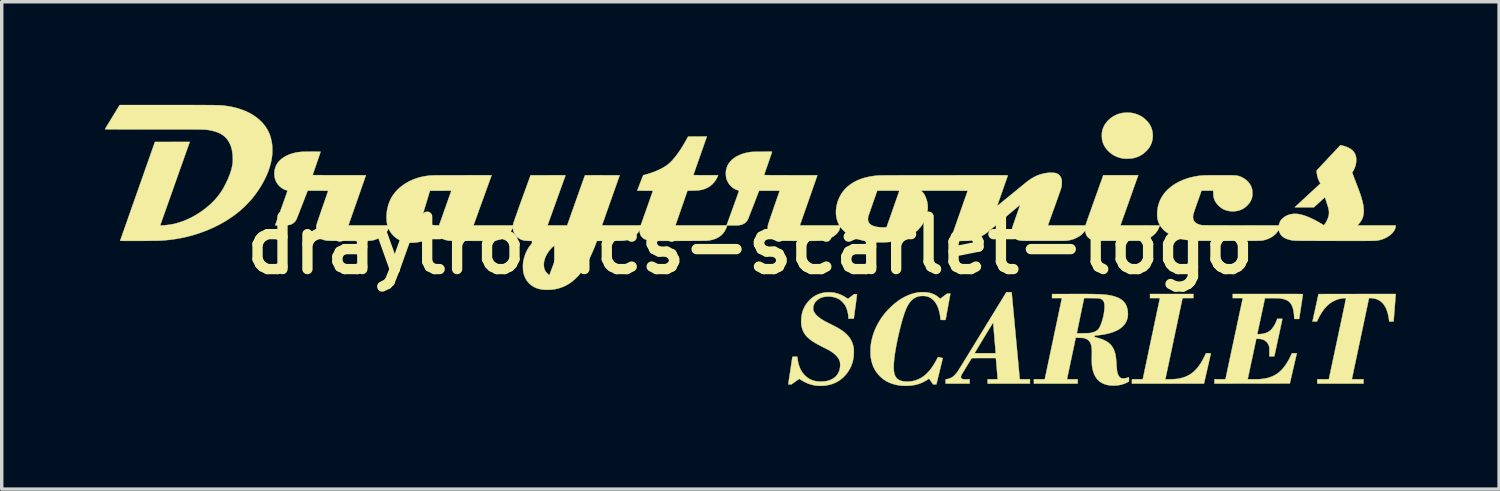
<source format=kicad_pcb>
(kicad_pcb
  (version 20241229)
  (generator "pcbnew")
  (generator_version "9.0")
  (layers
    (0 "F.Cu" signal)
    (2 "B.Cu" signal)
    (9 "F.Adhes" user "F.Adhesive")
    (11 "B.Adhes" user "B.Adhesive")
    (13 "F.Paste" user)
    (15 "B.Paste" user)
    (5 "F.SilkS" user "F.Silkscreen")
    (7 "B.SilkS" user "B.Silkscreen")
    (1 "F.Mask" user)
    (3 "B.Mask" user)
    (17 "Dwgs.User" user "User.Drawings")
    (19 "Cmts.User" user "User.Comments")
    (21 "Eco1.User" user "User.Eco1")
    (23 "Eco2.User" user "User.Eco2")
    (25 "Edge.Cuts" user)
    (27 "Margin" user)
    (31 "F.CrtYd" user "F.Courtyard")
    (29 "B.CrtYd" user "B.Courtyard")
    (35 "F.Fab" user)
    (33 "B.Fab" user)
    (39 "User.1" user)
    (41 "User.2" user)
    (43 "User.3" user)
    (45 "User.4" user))
  (footprint "draytronics-scarlet-logo"
    (layer "F.Cu")
    (at 18.775 4.088)
    (property "Reference" "draytronics-scarlet-logo" (at 0 0 0) (layer "F.SilkS") (effects (font (size 1.524 1.524) (thickness 0.3))))
    (attr through_hole)
    (fp_poly (pts (xy 11.041 -3.86) (xy 11.126 -3.849) (xy 11.209 -3.828) (xy 11.288 -3.799) (xy 11.364 -3.762) (xy 11.411 -3.733) (xy 11.436 -3.714) (xy 11.465 -3.69) (xy 11.495 -3.663) (xy 11.525 -3.634) (xy 11.554 -3.604) (xy 11.579 -3.576) (xy 11.599 -3.551) (xy 11.606 -3.542) (xy 11.642 -3.481) (xy 11.67 -3.421) (xy 11.69 -3.357) (xy 11.704 -3.289) (xy 11.709 -3.251) (xy 11.711 -3.191) (xy 11.708 -3.127) (xy 11.699 -3.065) (xy 11.685 -3.006) (xy 11.67 -2.963) (xy 11.638 -2.894) (xy 11.596 -2.829) (xy 11.547 -2.769) (xy 11.491 -2.713) (xy 11.429 -2.662) (xy 11.36 -2.618) (xy 11.326 -2.6) (xy 11.289 -2.583) (xy 11.246 -2.567) (xy 11.201 -2.552) (xy 11.157 -2.54) (xy 11.123 -2.533) (xy 11.097 -2.529) (xy 11.063 -2.526) (xy 11.025 -2.524) (xy 10.984 -2.523) (xy 10.944 -2.523) (xy 10.907 -2.523) (xy 10.874 -2.525) (xy 10.85 -2.528) (xy 10.795 -2.537) (xy 10.745 -2.55) (xy 10.699 -2.564) (xy 10.627 -2.594) (xy 10.559 -2.63) (xy 10.496 -2.674) (xy 10.437 -2.723) (xy 10.384 -2.777) (xy 10.338 -2.835) (xy 10.3 -2.897) (xy 10.269 -2.962) (xy 10.259 -2.99) (xy 10.248 -3.026) (xy 10.24 -3.059) (xy 10.234 -3.091) (xy 10.231 -3.126) (xy 10.23 -3.165) (xy 10.229 -3.192) (xy 10.23 -3.236) (xy 10.232 -3.273) (xy 10.236 -3.307) (xy 10.243 -3.339) (xy 10.252 -3.372) (xy 10.259 -3.393) (xy 10.285 -3.458) (xy 10.32 -3.52) (xy 10.363 -3.58) (xy 10.412 -3.636) (xy 10.468 -3.687) (xy 10.529 -3.732) (xy 10.594 -3.772) (xy 10.663 -3.804) (xy 10.716 -3.824) (xy 10.748 -3.833) (xy 10.775 -3.841) (xy 10.8 -3.846) (xy 10.826 -3.851) (xy 10.858 -3.855) (xy 10.864 -3.856) (xy 10.954 -3.862) (xy 11.041 -3.86)) (stroke (width 0.01) (type solid)) (fill yes) (layer "F.SilkS"))
    (fp_poly (pts (xy 12.892 1.534) (xy 12.734 1.534) (xy 12.696 1.534) (xy 12.661 1.534) (xy 12.631 1.534) (xy 12.606 1.535) (xy 12.588 1.535) (xy 12.578 1.535) (xy 12.575 1.536) (xy 12.574 1.541) (xy 12.572 1.554) (xy 12.567 1.576) (xy 12.561 1.607) (xy 12.553 1.644) (xy 12.543 1.688) (xy 12.533 1.739) (xy 12.521 1.796) (xy 12.507 1.859) (xy 12.493 1.926) (xy 12.478 1.998) (xy 12.462 2.074) (xy 12.445 2.154) (xy 12.428 2.236) (xy 12.41 2.321) (xy 12.391 2.409) (xy 12.372 2.498) (xy 12.353 2.588) (xy 12.334 2.679) (xy 12.315 2.77) (xy 12.296 2.86) (xy 12.277 2.95) (xy 12.258 3.039) (xy 12.24 3.125) (xy 12.222 3.21) (xy 12.205 3.292) (xy 12.188 3.37) (xy 12.172 3.445) (xy 12.157 3.516) (xy 12.143 3.582) (xy 12.13 3.643) (xy 12.118 3.698) (xy 12.108 3.747) (xy 12.099 3.79) (xy 12.092 3.825) (xy 12.086 3.853) (xy 12.081 3.873) (xy 12.079 3.884) (xy 12.078 3.886) (xy 12.076 3.898) (xy 12.214 3.895) (xy 12.264 3.893) (xy 12.305 3.892) (xy 12.341 3.89) (xy 12.372 3.888) (xy 12.4 3.886) (xy 12.427 3.882) (xy 12.454 3.878) (xy 12.484 3.872) (xy 12.485 3.872) (xy 12.571 3.852) (xy 12.651 3.826) (xy 12.726 3.793) (xy 12.797 3.753) (xy 12.864 3.706) (xy 12.927 3.651) (xy 12.988 3.587) (xy 13.046 3.515) (xy 13.102 3.434) (xy 13.149 3.357) (xy 13.162 3.332) (xy 13.178 3.302) (xy 13.195 3.269) (xy 13.212 3.236) (xy 13.22 3.219) (xy 13.258 3.139) (xy 13.329 3.139) (xy 13.358 3.139) (xy 13.379 3.14) (xy 13.392 3.141) (xy 13.398 3.143) (xy 13.4 3.145) (xy 13.399 3.15) (xy 13.396 3.165) (xy 13.391 3.187) (xy 13.384 3.216) (xy 13.376 3.252) (xy 13.367 3.295) (xy 13.356 3.342) (xy 13.344 3.395) (xy 13.331 3.451) (xy 13.318 3.511) (xy 13.303 3.574) (xy 13.3 3.586) (xy 13.201 4.021) (xy 11.104 4.021) (xy 11.104 3.896) (xy 11.262 3.896) (xy 11.3 3.896) (xy 11.335 3.896) (xy 11.365 3.896) (xy 11.39 3.895) (xy 11.408 3.895) (xy 11.418 3.894) (xy 11.42 3.894) (xy 11.421 3.889) (xy 11.424 3.875) (xy 11.429 3.853) (xy 11.435 3.823) (xy 11.443 3.786) (xy 11.452 3.741) (xy 11.463 3.69) (xy 11.475 3.633) (xy 11.488 3.571) (xy 11.502 3.504) (xy 11.518 3.432) (xy 11.534 3.356) (xy 11.55 3.276) (xy 11.568 3.194) (xy 11.586 3.108) (xy 11.604 3.021) (xy 11.623 2.932) (xy 11.642 2.842) (xy 11.661 2.751) (xy 11.68 2.66) (xy 11.7 2.57) (xy 11.719 2.48) (xy 11.737 2.391) (xy 11.756 2.305) (xy 11.773 2.22) (xy 11.791 2.138) (xy 11.807 2.06) (xy 11.823 1.985) (xy 11.838 1.914) (xy 11.852 1.848) (xy 11.865 1.787) (xy 11.877 1.732) (xy 11.887 1.683) (xy 11.896 1.641) (xy 11.904 1.605) (xy 11.909 1.578) (xy 11.914 1.558) (xy 11.916 1.547) (xy 11.917 1.544) (xy 11.919 1.534) (xy 11.631 1.534) (xy 11.631 1.414) (xy 12.892 1.414) (xy 12.892 1.534)) (stroke (width 0.01) (type solid)) (fill yes) (layer "F.SilkS"))
    (fp_poly (pts (xy 18.777 1.429) (xy 18.777 1.437) (xy 18.776 1.453) (xy 18.774 1.476) (xy 18.772 1.507) (xy 18.769 1.543) (xy 18.766 1.584) (xy 18.763 1.63) (xy 18.759 1.678) (xy 18.755 1.729) (xy 18.751 1.782) (xy 18.747 1.835) (xy 18.743 1.888) (xy 18.739 1.939) (xy 18.735 1.989) (xy 18.731 2.036) (xy 18.728 2.079) (xy 18.725 2.117) (xy 18.722 2.15) (xy 18.72 2.176) (xy 18.718 2.195) (xy 18.717 2.206) (xy 18.717 2.208) (xy 18.713 2.211) (xy 18.703 2.213) (xy 18.685 2.214) (xy 18.66 2.214) (xy 18.653 2.214) (xy 18.591 2.214) (xy 18.587 2.191) (xy 18.573 2.098) (xy 18.556 2.013) (xy 18.535 1.936) (xy 18.511 1.868) (xy 18.483 1.806) (xy 18.452 1.752) (xy 18.417 1.703) (xy 18.386 1.67) (xy 18.34 1.629) (xy 18.291 1.596) (xy 18.237 1.571) (xy 18.177 1.552) (xy 18.12 1.541) (xy 18.1 1.538) (xy 18.077 1.536) (xy 18.054 1.534) (xy 18.033 1.534) (xy 18.016 1.534) (xy 18.004 1.534) (xy 18 1.536) (xy 17.999 1.541) (xy 17.997 1.555) (xy 17.992 1.577) (xy 17.986 1.607) (xy 17.978 1.644) (xy 17.968 1.689) (xy 17.958 1.74) (xy 17.946 1.796) (xy 17.933 1.859) (xy 17.918 1.926) (xy 17.903 1.998) (xy 17.887 2.074) (xy 17.87 2.154) (xy 17.853 2.236) (xy 17.835 2.322) (xy 17.816 2.409) (xy 17.798 2.498) (xy 17.778 2.588) (xy 17.759 2.679) (xy 17.74 2.77) (xy 17.721 2.86) (xy 17.702 2.95) (xy 17.683 3.039) (xy 17.665 3.125) (xy 17.647 3.21) (xy 17.63 3.292) (xy 17.613 3.37) (xy 17.597 3.445) (xy 17.582 3.516) (xy 17.568 3.582) (xy 17.555 3.643) (xy 17.544 3.698) (xy 17.533 3.747) (xy 17.524 3.789) (xy 17.517 3.825) (xy 17.511 3.852) (xy 17.507 3.872) (xy 17.504 3.883) (xy 17.504 3.885) (xy 17.501 3.896) (xy 17.842 3.896) (xy 17.842 4.021) (xy 16.496 4.021) (xy 16.496 3.896) (xy 16.664 3.895) (xy 16.833 3.894) (xy 17.084 2.716) (xy 17.107 2.611) (xy 17.128 2.509) (xy 17.149 2.41) (xy 17.17 2.314) (xy 17.189 2.222) (xy 17.208 2.134) (xy 17.226 2.05) (xy 17.242 1.971) (xy 17.258 1.898) (xy 17.272 1.83) (xy 17.285 1.768) (xy 17.297 1.712) (xy 17.307 1.663) (xy 17.315 1.622) (xy 17.322 1.588) (xy 17.327 1.562) (xy 17.331 1.544) (xy 17.332 1.536) (xy 17.332 1.535) (xy 17.326 1.534) (xy 17.312 1.534) (xy 17.293 1.535) (xy 17.269 1.538) (xy 17.243 1.54) (xy 17.217 1.544) (xy 17.192 1.547) (xy 17.17 1.551) (xy 17.159 1.553) (xy 17.08 1.575) (xy 17.005 1.605) (xy 16.933 1.642) (xy 16.865 1.687) (xy 16.801 1.741) (xy 16.739 1.803) (xy 16.681 1.873) (xy 16.626 1.953) (xy 16.573 2.041) (xy 16.523 2.138) (xy 16.519 2.146) (xy 16.487 2.214) (xy 16.356 2.214) (xy 16.359 2.203) (xy 16.361 2.197) (xy 16.364 2.182) (xy 16.369 2.159) (xy 16.376 2.129) (xy 16.384 2.093) (xy 16.393 2.05) (xy 16.403 2.003) (xy 16.415 1.951) (xy 16.427 1.896) (xy 16.44 1.837) (xy 16.447 1.804) (xy 16.532 1.416) (xy 17.655 1.415) (xy 18.777 1.414) (xy 18.777 1.429)) (stroke (width 0.01) (type solid)) (fill yes) (layer "F.SilkS"))
    (fp_poly (pts (xy 5.059 1.362) (xy 5.095 1.363) (xy 5.126 1.366) (xy 5.128 1.366) (xy 5.203 1.378) (xy 5.271 1.396) (xy 5.334 1.42) (xy 5.393 1.45) (xy 5.449 1.488) (xy 5.486 1.519) (xy 5.526 1.553) (xy 5.627 1.479) (xy 5.728 1.404) (xy 5.824 1.404) (xy 5.821 1.417) (xy 5.819 1.425) (xy 5.816 1.441) (xy 5.812 1.465) (xy 5.806 1.495) (xy 5.8 1.53) (xy 5.792 1.571) (xy 5.784 1.615) (xy 5.775 1.663) (xy 5.766 1.713) (xy 5.757 1.764) (xy 5.748 1.815) (xy 5.738 1.867) (xy 5.729 1.917) (xy 5.72 1.964) (xy 5.712 2.009) (xy 5.705 2.05) (xy 5.698 2.086) (xy 5.693 2.117) (xy 5.688 2.141) (xy 5.685 2.158) (xy 5.684 2.167) (xy 5.684 2.168) (xy 5.679 2.169) (xy 5.667 2.17) (xy 5.648 2.17) (xy 5.625 2.17) (xy 5.611 2.17) (xy 5.538 2.169) (xy 5.534 2.133) (xy 5.522 2.035) (xy 5.505 1.945) (xy 5.482 1.863) (xy 5.455 1.787) (xy 5.423 1.72) (xy 5.385 1.66) (xy 5.343 1.608) (xy 5.297 1.564) (xy 5.245 1.528) (xy 5.19 1.501) (xy 5.129 1.482) (xy 5.114 1.478) (xy 5.083 1.474) (xy 5.045 1.472) (xy 5.005 1.472) (xy 4.964 1.474) (xy 4.926 1.478) (xy 4.894 1.484) (xy 4.891 1.485) (xy 4.835 1.504) (xy 4.783 1.53) (xy 4.734 1.563) (xy 4.689 1.603) (xy 4.647 1.652) (xy 4.607 1.709) (xy 4.57 1.774) (xy 4.535 1.848) (xy 4.502 1.931) (xy 4.486 1.977) (xy 4.444 2.106) (xy 4.404 2.245) (xy 4.365 2.392) (xy 4.327 2.549) (xy 4.29 2.713) (xy 4.259 2.868) (xy 4.235 2.995) (xy 4.215 3.112) (xy 4.199 3.222) (xy 4.187 3.323) (xy 4.179 3.415) (xy 4.175 3.499) (xy 4.175 3.575) (xy 4.179 3.641) (xy 4.187 3.699) (xy 4.194 3.731) (xy 4.21 3.781) (xy 4.233 3.826) (xy 4.261 3.864) (xy 4.296 3.895) (xy 4.338 3.92) (xy 4.387 3.94) (xy 4.443 3.953) (xy 4.506 3.961) (xy 4.572 3.963) (xy 4.66 3.959) (xy 4.744 3.945) (xy 4.826 3.922) (xy 4.906 3.89) (xy 4.982 3.848) (xy 5.056 3.798) (xy 5.07 3.787) (xy 5.096 3.765) (xy 5.125 3.738) (xy 5.156 3.707) (xy 5.187 3.674) (xy 5.216 3.641) (xy 5.241 3.611) (xy 5.246 3.606) (xy 5.278 3.561) (xy 5.313 3.51) (xy 5.348 3.455) (xy 5.382 3.397) (xy 5.414 3.34) (xy 5.442 3.286) (xy 5.443 3.286) (xy 5.451 3.269) (xy 5.459 3.257) (xy 5.464 3.25) (xy 5.466 3.249) (xy 5.472 3.25) (xy 5.485 3.253) (xy 5.503 3.257) (xy 5.524 3.262) (xy 5.546 3.267) (xy 5.566 3.272) (xy 5.584 3.276) (xy 5.596 3.279) (xy 5.601 3.28) (xy 5.6 3.285) (xy 5.597 3.298) (xy 5.592 3.319) (xy 5.586 3.346) (xy 5.578 3.38) (xy 5.569 3.418) (xy 5.558 3.461) (xy 5.547 3.507) (xy 5.535 3.555) (xy 5.523 3.606) (xy 5.511 3.657) (xy 5.498 3.708) (xy 5.486 3.758) (xy 5.474 3.806) (xy 5.463 3.852) (xy 5.453 3.894) (xy 5.444 3.932) (xy 5.435 3.965) (xy 5.429 3.992) (xy 5.424 4.012) (xy 5.421 4.025) (xy 5.42 4.026) (xy 5.415 4.045) (xy 5.32 4.045) (xy 5.262 3.961) (xy 5.245 3.936) (xy 5.229 3.914) (xy 5.217 3.896) (xy 5.208 3.884) (xy 5.203 3.878) (xy 5.202 3.877) (xy 5.198 3.88) (xy 5.187 3.887) (xy 5.171 3.897) (xy 5.152 3.91) (xy 5.146 3.914) (xy 5.065 3.962) (xy 4.979 4.003) (xy 4.888 4.036) (xy 4.791 4.06) (xy 4.69 4.077) (xy 4.68 4.078) (xy 4.645 4.081) (xy 4.604 4.083) (xy 4.56 4.085) (xy 4.515 4.085) (xy 4.473 4.085) (xy 4.436 4.084) (xy 4.428 4.083) (xy 4.323 4.072) (xy 4.223 4.053) (xy 4.129 4.026) (xy 4.04 3.992) (xy 3.957 3.95) (xy 3.88 3.9) (xy 3.808 3.842) (xy 3.742 3.777) (xy 3.715 3.745) (xy 3.662 3.676) (xy 3.618 3.604) (xy 3.58 3.528) (xy 3.55 3.447) (xy 3.526 3.361) (xy 3.509 3.268) (xy 3.505 3.24) (xy 3.502 3.203) (xy 3.5 3.158) (xy 3.499 3.109) (xy 3.499 3.057) (xy 3.501 3.005) (xy 3.504 2.954) (xy 3.508 2.908) (xy 3.512 2.87) (xy 3.536 2.743) (xy 3.569 2.619) (xy 3.611 2.497) (xy 3.662 2.378) (xy 3.722 2.262) (xy 3.791 2.149) (xy 3.868 2.039) (xy 3.954 1.934) (xy 3.978 1.907) (xy 4.008 1.876) (xy 4.041 1.842) (xy 4.076 1.807) (xy 4.112 1.773) (xy 4.146 1.741) (xy 4.177 1.713) (xy 4.203 1.691) (xy 4.204 1.691) (xy 4.295 1.62) (xy 4.388 1.558) (xy 4.483 1.504) (xy 4.579 1.458) (xy 4.675 1.42) (xy 4.77 1.392) (xy 4.865 1.372) (xy 4.91 1.366) (xy 4.941 1.363) (xy 4.979 1.362) (xy 5.019 1.361) (xy 5.059 1.362)) (stroke (width 0.01) (type solid)) (fill yes) (layer "F.SilkS"))
    (fp_poly (pts (xy 7.593 1.362) (xy 7.604 1.362) (xy 7.606 1.363) (xy 7.606 1.367) (xy 7.607 1.382) (xy 7.609 1.404) (xy 7.612 1.435) (xy 7.616 1.475) (xy 7.62 1.521) (xy 7.625 1.575) (xy 7.631 1.636) (xy 7.637 1.703) (xy 7.644 1.776) (xy 7.651 1.854) (xy 7.659 1.938) (xy 7.667 2.027) (xy 7.676 2.12) (xy 7.685 2.217) (xy 7.694 2.318) (xy 7.704 2.422) (xy 7.714 2.529) (xy 7.723 2.624) (xy 7.733 2.733) (xy 7.743 2.84) (xy 7.753 2.944) (xy 7.762 3.044) (xy 7.771 3.141) (xy 7.78 3.234) (xy 7.788 3.322) (xy 7.796 3.405) (xy 7.803 3.483) (xy 7.81 3.556) (xy 7.816 3.623) (xy 7.821 3.683) (xy 7.826 3.736) (xy 7.831 3.782) (xy 7.834 3.82) (xy 7.837 3.851) (xy 7.839 3.873) (xy 7.84 3.886) (xy 7.84 3.89) (xy 7.842 3.892) (xy 7.848 3.893) (xy 7.86 3.894) (xy 7.877 3.895) (xy 7.901 3.896) (xy 7.932 3.896) (xy 7.972 3.896) (xy 7.989 3.896) (xy 8.138 3.896) (xy 8.138 4.021) (xy 6.906 4.021) (xy 6.906 3.896) (xy 7.052 3.896) (xy 7.093 3.896) (xy 7.126 3.896) (xy 7.151 3.896) (xy 7.17 3.895) (xy 7.183 3.895) (xy 7.191 3.893) (xy 7.196 3.892) (xy 7.198 3.89) (xy 7.198 3.888) (xy 7.198 3.881) (xy 7.197 3.866) (xy 7.195 3.843) (xy 7.193 3.813) (xy 7.19 3.778) (xy 7.186 3.739) (xy 7.183 3.697) (xy 7.179 3.652) (xy 7.175 3.605) (xy 7.171 3.559) (xy 7.167 3.513) (xy 7.163 3.468) (xy 7.16 3.427) (xy 7.157 3.389) (xy 7.154 3.356) (xy 7.151 3.329) (xy 7.149 3.309) (xy 7.148 3.297) (xy 7.148 3.294) (xy 7.145 3.278) (xy 6.796 3.278) (xy 6.727 3.278) (xy 6.667 3.278) (xy 6.615 3.278) (xy 6.571 3.279) (xy 6.535 3.279) (xy 6.506 3.28) (xy 6.482 3.28) (xy 6.465 3.281) (xy 6.453 3.282) (xy 6.446 3.283) (xy 6.442 3.284) (xy 6.442 3.284) (xy 6.438 3.29) (xy 6.429 3.304) (xy 6.416 3.324) (xy 6.401 3.35) (xy 6.382 3.38) (xy 6.361 3.414) (xy 6.339 3.45) (xy 6.315 3.489) (xy 6.291 3.528) (xy 6.267 3.568) (xy 6.244 3.607) (xy 6.221 3.644) (xy 6.2 3.678) (xy 6.182 3.709) (xy 6.166 3.735) (xy 6.154 3.756) (xy 6.145 3.771) (xy 6.141 3.779) (xy 6.141 3.779) (xy 6.132 3.804) (xy 6.13 3.826) (xy 6.13 3.841) (xy 6.134 3.852) (xy 6.143 3.863) (xy 6.148 3.868) (xy 6.162 3.88) (xy 6.179 3.889) (xy 6.185 3.891) (xy 6.196 3.893) (xy 6.215 3.894) (xy 6.24 3.895) (xy 6.269 3.896) (xy 6.294 3.896) (xy 6.384 3.896) (xy 6.384 4.021) (xy 5.684 4.021) (xy 5.684 3.897) (xy 5.711 3.894) (xy 5.769 3.882) (xy 5.825 3.862) (xy 5.876 3.835) (xy 5.9 3.817) (xy 5.928 3.793) (xy 5.957 3.764) (xy 5.985 3.732) (xy 6.012 3.7) (xy 6.012 3.699) (xy 6.016 3.694) (xy 6.02 3.689) (xy 6.024 3.683) (xy 6.028 3.678) (xy 6.032 3.672) (xy 6.037 3.666) (xy 6.042 3.658) (xy 6.048 3.649) (xy 6.055 3.638) (xy 6.063 3.625) (xy 6.073 3.61) (xy 6.084 3.592) (xy 6.097 3.571) (xy 6.112 3.548) (xy 6.128 3.521) (xy 6.147 3.49) (xy 6.169 3.455) (xy 6.193 3.417) (xy 6.219 3.373) (xy 6.249 3.325) (xy 6.282 3.272) (xy 6.318 3.213) (xy 6.357 3.149) (xy 6.365 3.136) (xy 6.527 3.136) (xy 6.532 3.137) (xy 6.545 3.137) (xy 6.567 3.138) (xy 6.595 3.138) (xy 6.63 3.138) (xy 6.671 3.139) (xy 6.716 3.139) (xy 6.766 3.139) (xy 6.818 3.139) (xy 6.834 3.139) (xy 7.141 3.139) (xy 7.141 3.126) (xy 7.14 3.12) (xy 7.139 3.105) (xy 7.137 3.082) (xy 7.135 3.052) (xy 7.132 3.016) (xy 7.129 2.975) (xy 7.125 2.929) (xy 7.121 2.879) (xy 7.116 2.826) (xy 7.112 2.772) (xy 7.107 2.716) (xy 7.103 2.659) (xy 7.098 2.603) (xy 7.093 2.549) (xy 7.089 2.496) (xy 7.085 2.446) (xy 7.081 2.4) (xy 7.077 2.359) (xy 7.074 2.323) (xy 7.072 2.293) (xy 7.07 2.27) (xy 7.068 2.256) (xy 7.068 2.25) (xy 7.065 2.253) (xy 7.058 2.263) (xy 7.046 2.281) (xy 7.03 2.306) (xy 7.01 2.339) (xy 6.985 2.378) (xy 6.957 2.423) (xy 6.926 2.474) (xy 6.891 2.531) (xy 6.853 2.593) (xy 6.813 2.661) (xy 6.797 2.687) (xy 6.761 2.747) (xy 6.726 2.804) (xy 6.693 2.859) (xy 6.662 2.91) (xy 6.634 2.958) (xy 6.608 3.001) (xy 6.585 3.039) (xy 6.566 3.071) (xy 6.55 3.098) (xy 6.538 3.118) (xy 6.53 3.131) (xy 6.527 3.136) (xy 6.527 3.136) (xy 6.365 3.136) (xy 6.4 3.078) (xy 6.447 3.002) (xy 6.498 2.919) (xy 6.553 2.829) (xy 6.612 2.732) (xy 6.676 2.628) (xy 6.745 2.516) (xy 6.809 2.411) (xy 7.451 1.363) (xy 7.528 1.362) (xy 7.554 1.362) (xy 7.576 1.362) (xy 7.593 1.362)) (stroke (width 0.01) (type solid)) (fill yes) (layer "F.SilkS"))
    (fp_poly (pts (xy 15.176 1.414) (xy 15.284 1.414) (xy 15.384 1.414) (xy 15.475 1.414) (xy 15.559 1.414) (xy 15.634 1.414) (xy 15.702 1.414) (xy 15.763 1.414) (xy 15.817 1.415) (xy 15.865 1.415) (xy 15.907 1.415) (xy 15.943 1.415) (xy 15.974 1.416) (xy 16.001 1.416) (xy 16.022 1.416) (xy 16.04 1.417) (xy 16.054 1.417) (xy 16.064 1.418) (xy 16.071 1.419) (xy 16.076 1.419) (xy 16.078 1.42) (xy 16.079 1.421) (xy 16.078 1.426) (xy 16.076 1.441) (xy 16.073 1.463) (xy 16.068 1.491) (xy 16.063 1.526) (xy 16.057 1.565) (xy 16.051 1.609) (xy 16.044 1.655) (xy 16.036 1.704) (xy 16.029 1.754) (xy 16.021 1.805) (xy 16.014 1.855) (xy 16.006 1.903) (xy 15.999 1.95) (xy 15.992 1.993) (xy 15.986 2.032) (xy 15.981 2.065) (xy 15.977 2.093) (xy 15.974 2.114) (xy 15.971 2.127) (xy 15.971 2.132) (xy 15.969 2.136) (xy 15.967 2.139) (xy 15.962 2.141) (xy 15.952 2.141) (xy 15.937 2.142) (xy 15.915 2.141) (xy 15.898 2.141) (xy 15.827 2.14) (xy 15.824 2.074) (xy 15.817 1.988) (xy 15.806 1.909) (xy 15.79 1.839) (xy 15.771 1.781) (xy 15.749 1.732) (xy 15.723 1.691) (xy 15.693 1.655) (xy 15.656 1.624) (xy 15.614 1.599) (xy 15.564 1.577) (xy 15.507 1.56) (xy 15.444 1.547) (xy 15.429 1.544) (xy 15.415 1.542) (xy 15.4 1.54) (xy 15.384 1.539) (xy 15.365 1.538) (xy 15.343 1.537) (xy 15.315 1.537) (xy 15.282 1.536) (xy 15.242 1.536) (xy 15.193 1.536) (xy 15.18 1.536) (xy 14.975 1.536) (xy 14.866 2.044) (xy 14.851 2.112) (xy 14.837 2.179) (xy 14.823 2.242) (xy 14.811 2.301) (xy 14.799 2.356) (xy 14.788 2.406) (xy 14.779 2.45) (xy 14.77 2.489) (xy 14.764 2.52) (xy 14.759 2.544) (xy 14.755 2.56) (xy 14.754 2.567) (xy 14.754 2.568) (xy 14.751 2.583) (xy 14.79 2.583) (xy 14.852 2.58) (xy 14.912 2.572) (xy 14.97 2.559) (xy 15.022 2.541) (xy 15.046 2.531) (xy 15.095 2.502) (xy 15.142 2.465) (xy 15.184 2.419) (xy 15.224 2.364) (xy 15.262 2.301) (xy 15.296 2.229) (xy 15.314 2.184) (xy 15.332 2.137) (xy 15.48 2.137) (xy 15.477 2.155) (xy 15.476 2.162) (xy 15.473 2.178) (xy 15.468 2.202) (xy 15.461 2.233) (xy 15.453 2.272) (xy 15.443 2.316) (xy 15.432 2.366) (xy 15.421 2.422) (xy 15.408 2.481) (xy 15.394 2.545) (xy 15.38 2.612) (xy 15.365 2.681) (xy 15.36 2.701) (xy 15.247 3.228) (xy 15.174 3.229) (xy 15.102 3.23) (xy 15.103 3.102) (xy 15.103 3.059) (xy 15.103 3.023) (xy 15.101 2.994) (xy 15.1 2.971) (xy 15.096 2.95) (xy 15.092 2.932) (xy 15.086 2.915) (xy 15.078 2.896) (xy 15.069 2.875) (xy 15.047 2.839) (xy 15.018 2.806) (xy 14.983 2.777) (xy 14.955 2.759) (xy 14.92 2.743) (xy 14.885 2.732) (xy 14.846 2.724) (xy 14.803 2.72) (xy 14.786 2.719) (xy 14.763 2.718) (xy 14.743 2.717) (xy 14.729 2.718) (xy 14.723 2.718) (xy 14.722 2.718) (xy 14.721 2.723) (xy 14.719 2.737) (xy 14.714 2.759) (xy 14.708 2.788) (xy 14.7 2.825) (xy 14.691 2.868) (xy 14.68 2.918) (xy 14.669 2.972) (xy 14.656 3.032) (xy 14.642 3.096) (xy 14.628 3.163) (xy 14.613 3.234) (xy 14.598 3.304) (xy 14.582 3.377) (xy 14.567 3.448) (xy 14.553 3.515) (xy 14.539 3.579) (xy 14.527 3.639) (xy 14.515 3.693) (xy 14.505 3.743) (xy 14.495 3.786) (xy 14.488 3.822) (xy 14.481 3.852) (xy 14.477 3.874) (xy 14.474 3.887) (xy 14.473 3.892) (xy 14.478 3.893) (xy 14.491 3.894) (xy 14.511 3.895) (xy 14.537 3.896) (xy 14.567 3.896) (xy 14.601 3.896) (xy 14.637 3.896) (xy 14.674 3.896) (xy 14.711 3.895) (xy 14.746 3.895) (xy 14.778 3.894) (xy 14.806 3.893) (xy 14.829 3.892) (xy 14.833 3.891) (xy 14.928 3.881) (xy 15.018 3.865) (xy 15.101 3.843) (xy 15.18 3.814) (xy 15.254 3.779) (xy 15.324 3.736) (xy 15.39 3.686) (xy 15.452 3.629) (xy 15.511 3.563) (xy 15.567 3.489) (xy 15.621 3.406) (xy 15.674 3.315) (xy 15.721 3.219) (xy 15.76 3.139) (xy 15.831 3.139) (xy 15.855 3.139) (xy 15.876 3.139) (xy 15.892 3.14) (xy 15.9 3.14) (xy 15.901 3.14) (xy 15.9 3.145) (xy 15.897 3.158) (xy 15.892 3.18) (xy 15.885 3.209) (xy 15.877 3.244) (xy 15.867 3.286) (xy 15.857 3.333) (xy 15.844 3.385) (xy 15.831 3.441) (xy 15.818 3.501) (xy 15.803 3.563) (xy 15.799 3.58) (xy 15.698 4.018) (xy 14.601 4.02) (xy 13.505 4.021) (xy 13.505 3.896) (xy 13.825 3.896) (xy 13.831 3.871) (xy 13.832 3.864) (xy 13.836 3.848) (xy 13.841 3.824) (xy 13.848 3.791) (xy 13.856 3.751) (xy 13.867 3.703) (xy 13.878 3.649) (xy 13.891 3.588) (xy 13.906 3.521) (xy 13.921 3.448) (xy 13.938 3.37) (xy 13.955 3.288) (xy 13.974 3.201) (xy 13.993 3.109) (xy 14.013 3.015) (xy 14.034 2.917) (xy 14.056 2.816) (xy 14.078 2.713) (xy 14.08 2.701) (xy 14.102 2.597) (xy 14.124 2.497) (xy 14.145 2.399) (xy 14.165 2.304) (xy 14.184 2.213) (xy 14.203 2.126) (xy 14.22 2.044) (xy 14.237 1.966) (xy 14.252 1.893) (xy 14.267 1.827) (xy 14.28 1.766) (xy 14.291 1.712) (xy 14.301 1.664) (xy 14.31 1.624) (xy 14.317 1.592) (xy 14.322 1.567) (xy 14.325 1.552) (xy 14.327 1.545) (xy 14.327 1.544) (xy 14.33 1.534) (xy 14.037 1.534) (xy 14.037 1.414) (xy 15.058 1.414) (xy 15.176 1.414)) (stroke (width 0.01) (type solid)) (fill yes) (layer "F.SilkS"))
    (fp_poly (pts (xy 2.329 1.367) (xy 2.37 1.369) (xy 2.409 1.373) (xy 2.443 1.377) (xy 2.461 1.38) (xy 2.543 1.402) (xy 2.625 1.432) (xy 2.704 1.47) (xy 2.779 1.514) (xy 2.788 1.521) (xy 2.814 1.538) (xy 2.833 1.549) (xy 2.845 1.554) (xy 2.848 1.554) (xy 2.854 1.55) (xy 2.865 1.541) (xy 2.882 1.527) (xy 2.903 1.511) (xy 2.927 1.493) (xy 2.939 1.484) (xy 3.023 1.419) (xy 3.064 1.419) (xy 3.084 1.419) (xy 3.096 1.419) (xy 3.103 1.421) (xy 3.105 1.425) (xy 3.106 1.43) (xy 3.106 1.431) (xy 3.105 1.438) (xy 3.103 1.453) (xy 3.1 1.476) (xy 3.096 1.507) (xy 3.092 1.544) (xy 3.086 1.586) (xy 3.08 1.633) (xy 3.073 1.684) (xy 3.066 1.739) (xy 3.06 1.783) (xy 3.052 1.839) (xy 3.045 1.892) (xy 3.039 1.942) (xy 3.033 1.987) (xy 3.027 2.027) (xy 3.023 2.062) (xy 3.019 2.09) (xy 3.016 2.111) (xy 3.015 2.123) (xy 3.014 2.127) (xy 3.011 2.129) (xy 3 2.131) (xy 2.981 2.132) (xy 2.954 2.133) (xy 2.935 2.133) (xy 2.856 2.133) (xy 2.856 2.098) (xy 2.853 2.036) (xy 2.842 1.971) (xy 2.826 1.905) (xy 2.805 1.841) (xy 2.78 1.781) (xy 2.757 1.738) (xy 2.739 1.712) (xy 2.715 1.683) (xy 2.688 1.652) (xy 2.658 1.623) (xy 2.629 1.597) (xy 2.601 1.576) (xy 2.593 1.571) (xy 2.536 1.541) (xy 2.474 1.518) (xy 2.407 1.501) (xy 2.338 1.49) (xy 2.268 1.487) (xy 2.199 1.491) (xy 2.133 1.502) (xy 2.078 1.517) (xy 2.03 1.537) (xy 1.987 1.563) (xy 1.945 1.597) (xy 1.928 1.613) (xy 1.908 1.634) (xy 1.893 1.651) (xy 1.881 1.667) (xy 1.871 1.685) (xy 1.865 1.697) (xy 1.85 1.734) (xy 1.838 1.774) (xy 1.832 1.812) (xy 1.831 1.834) (xy 1.835 1.877) (xy 1.85 1.92) (xy 1.873 1.963) (xy 1.906 2.007) (xy 1.948 2.051) (xy 2 2.095) (xy 2.06 2.139) (xy 2.129 2.182) (xy 2.157 2.198) (xy 2.173 2.207) (xy 2.196 2.219) (xy 2.225 2.234) (xy 2.259 2.252) (xy 2.296 2.27) (xy 2.335 2.29) (xy 2.372 2.309) (xy 2.439 2.342) (xy 2.497 2.373) (xy 2.549 2.401) (xy 2.595 2.428) (xy 2.637 2.454) (xy 2.674 2.48) (xy 2.71 2.506) (xy 2.744 2.533) (xy 2.77 2.555) (xy 2.831 2.614) (xy 2.883 2.676) (xy 2.926 2.741) (xy 2.96 2.81) (xy 2.987 2.883) (xy 3.005 2.961) (xy 3.01 2.99) (xy 3.012 3.016) (xy 3.014 3.049) (xy 3.015 3.087) (xy 3.014 3.127) (xy 3.013 3.166) (xy 3.011 3.203) (xy 3.008 3.235) (xy 3.007 3.245) (xy 2.991 3.34) (xy 2.967 3.429) (xy 2.937 3.513) (xy 2.898 3.592) (xy 2.852 3.668) (xy 2.797 3.742) (xy 2.778 3.765) (xy 2.713 3.834) (xy 2.642 3.895) (xy 2.567 3.947) (xy 2.488 3.991) (xy 2.403 4.027) (xy 2.314 4.054) (xy 2.22 4.073) (xy 2.205 4.075) (xy 2.167 4.08) (xy 2.125 4.083) (xy 2.079 4.085) (xy 2.034 4.085) (xy 1.992 4.085) (xy 1.957 4.083) (xy 1.955 4.083) (xy 1.858 4.07) (xy 1.763 4.047) (xy 1.671 4.016) (xy 1.581 3.975) (xy 1.494 3.925) (xy 1.478 3.915) (xy 1.428 3.882) (xy 1.313 3.963) (xy 1.198 4.045) (xy 1.153 4.045) (xy 1.133 4.044) (xy 1.118 4.043) (xy 1.109 4.042) (xy 1.107 4.041) (xy 1.108 4.036) (xy 1.11 4.022) (xy 1.113 4) (xy 1.117 3.97) (xy 1.123 3.934) (xy 1.129 3.892) (xy 1.136 3.845) (xy 1.144 3.793) (xy 1.153 3.737) (xy 1.162 3.679) (xy 1.167 3.643) (xy 1.176 3.583) (xy 1.185 3.525) (xy 1.193 3.471) (xy 1.201 3.421) (xy 1.207 3.375) (xy 1.213 3.336) (xy 1.218 3.302) (xy 1.222 3.276) (xy 1.225 3.257) (xy 1.227 3.246) (xy 1.227 3.244) (xy 1.231 3.243) (xy 1.244 3.241) (xy 1.263 3.24) (xy 1.288 3.24) (xy 1.298 3.24) (xy 1.37 3.24) (xy 1.373 3.262) (xy 1.38 3.315) (xy 1.387 3.359) (xy 1.394 3.398) (xy 1.401 3.432) (xy 1.404 3.445) (xy 1.43 3.527) (xy 1.462 3.604) (xy 1.501 3.673) (xy 1.547 3.736) (xy 1.599 3.792) (xy 1.657 3.841) (xy 1.721 3.883) (xy 1.759 3.903) (xy 1.818 3.928) (xy 1.88 3.945) (xy 1.945 3.957) (xy 2.015 3.962) (xy 2.078 3.962) (xy 2.14 3.958) (xy 2.195 3.952) (xy 2.245 3.942) (xy 2.292 3.929) (xy 2.337 3.912) (xy 2.365 3.899) (xy 2.423 3.866) (xy 2.472 3.829) (xy 2.514 3.786) (xy 2.549 3.737) (xy 2.577 3.681) (xy 2.591 3.647) (xy 2.601 3.609) (xy 2.61 3.566) (xy 2.615 3.521) (xy 2.617 3.476) (xy 2.616 3.434) (xy 2.611 3.397) (xy 2.61 3.39) (xy 2.593 3.338) (xy 2.566 3.288) (xy 2.53 3.238) (xy 2.485 3.19) (xy 2.43 3.142) (xy 2.365 3.095) (xy 2.335 3.076) (xy 2.32 3.067) (xy 2.297 3.054) (xy 2.268 3.038) (xy 2.235 3.021) (xy 2.199 3.002) (xy 2.162 2.983) (xy 2.137 2.971) (xy 2.068 2.936) (xy 2.006 2.903) (xy 1.951 2.874) (xy 1.903 2.846) (xy 1.859 2.82) (xy 1.82 2.795) (xy 1.783 2.77) (xy 1.749 2.744) (xy 1.717 2.718) (xy 1.711 2.713) (xy 1.652 2.66) (xy 1.603 2.603) (xy 1.563 2.542) (xy 1.531 2.478) (xy 1.507 2.408) (xy 1.491 2.334) (xy 1.483 2.255) (xy 1.482 2.24) (xy 1.483 2.145) (xy 1.493 2.053) (xy 1.511 1.964) (xy 1.538 1.88) (xy 1.574 1.8) (xy 1.618 1.725) (xy 1.67 1.653) (xy 1.731 1.587) (xy 1.756 1.563) (xy 1.821 1.509) (xy 1.891 1.464) (xy 1.965 1.427) (xy 2.044 1.399) (xy 2.128 1.378) (xy 2.179 1.37) (xy 2.209 1.368) (xy 2.245 1.366) (xy 2.286 1.366) (xy 2.329 1.367)) (stroke (width 0.01) (type solid)) (fill yes) (layer "F.SilkS"))
    (fp_poly (pts (xy -16.977 -4.083) (xy -16.833 -4.083) (xy -16.698 -4.083) (xy -16.572 -4.083) (xy -16.454 -4.083) (xy -16.345 -4.083) (xy -16.243 -4.083) (xy -16.149 -4.082) (xy -16.062 -4.082) (xy -15.982 -4.082) (xy -15.908 -4.082) (xy -15.841 -4.081) (xy -15.78 -4.081) (xy -15.723 -4.081) (xy -15.672 -4.08) (xy -15.626 -4.08) (xy -15.585 -4.079) (xy -15.547 -4.078) (xy -15.513 -4.077) (xy -15.482 -4.077) (xy -15.455 -4.076) (xy -15.43 -4.075) (xy -15.408 -4.074) (xy -15.388 -4.072) (xy -15.369 -4.071) (xy -15.352 -4.07) (xy -15.336 -4.068) (xy -15.32 -4.067) (xy -15.316 -4.066) (xy -15.181 -4.048) (xy -15.051 -4.023) (xy -14.926 -3.992) (xy -14.806 -3.954) (xy -14.692 -3.91) (xy -14.584 -3.86) (xy -14.483 -3.803) (xy -14.389 -3.741) (xy -14.302 -3.673) (xy -14.243 -3.62) (xy -14.172 -3.545) (xy -14.11 -3.468) (xy -14.056 -3.386) (xy -14.01 -3.299) (xy -13.972 -3.208) (xy -13.943 -3.112) (xy -13.921 -3.01) (xy -13.907 -2.916) (xy -13.905 -2.888) (xy -13.904 -2.853) (xy -13.903 -2.814) (xy -13.902 -2.771) (xy -13.903 -2.729) (xy -13.904 -2.689) (xy -13.905 -2.653) (xy -13.907 -2.624) (xy -13.908 -2.621) (xy -13.924 -2.503) (xy -13.949 -2.386) (xy -13.982 -2.268) (xy -14.023 -2.149) (xy -14.073 -2.028) (xy -14.132 -1.906) (xy -14.199 -1.782) (xy -14.218 -1.749) (xy -14.307 -1.608) (xy -14.403 -1.473) (xy -14.507 -1.343) (xy -14.618 -1.22) (xy -14.736 -1.103) (xy -14.862 -0.991) (xy -14.996 -0.886) (xy -15.137 -0.787) (xy -15.286 -0.693) (xy -15.441 -0.606) (xy -15.605 -0.524) (xy -15.775 -0.449) (xy -15.834 -0.425) (xy -15.998 -0.364) (xy -16.163 -0.31) (xy -16.329 -0.264) (xy -16.499 -0.225) (xy -16.673 -0.192) (xy -16.851 -0.166) (xy -17.036 -0.147) (xy -17.111 -0.141) (xy -17.131 -0.14) (xy -17.16 -0.138) (xy -17.195 -0.137) (xy -17.236 -0.136) (xy -17.283 -0.135) (xy -17.335 -0.134) (xy -17.391 -0.134) (xy -17.451 -0.133) (xy -17.513 -0.132) (xy -17.577 -0.131) (xy -17.643 -0.131) (xy -17.709 -0.13) (xy -17.776 -0.13) (xy -17.841 -0.13) (xy -17.906 -0.13) (xy -17.968 -0.13) (xy -18.028 -0.13) (xy -18.084 -0.13) (xy -18.137 -0.13) (xy -18.184 -0.13) (xy -18.226 -0.131) (xy -18.262 -0.131) (xy -18.291 -0.132) (xy -18.313 -0.133) (xy -18.326 -0.134) (xy -18.33 -0.135) (xy -18.33 -0.135) (xy -18.329 -0.14) (xy -18.324 -0.154) (xy -18.316 -0.176) (xy -18.305 -0.206) (xy -18.292 -0.243) (xy -18.276 -0.288) (xy -18.258 -0.34) (xy -18.237 -0.399) (xy -18.214 -0.464) (xy -18.189 -0.535) (xy -18.162 -0.612) (xy -18.133 -0.694) (xy -18.103 -0.78) (xy -18.071 -0.872) (xy -18.037 -0.967) (xy -18.002 -1.067) (xy -17.966 -1.17) (xy -17.928 -1.276) (xy -17.89 -1.386) (xy -17.85 -1.498) (xy -17.823 -1.575) (xy -17.318 -3.009) (xy -16.811 -3.01) (xy -16.305 -3.01) (xy -16.319 -2.97) (xy -16.322 -2.962) (xy -16.328 -2.946) (xy -16.336 -2.921) (xy -16.348 -2.888) (xy -16.362 -2.848) (xy -16.379 -2.801) (xy -16.398 -2.747) (xy -16.419 -2.687) (xy -16.443 -2.62) (xy -16.468 -2.549) (xy -16.495 -2.472) (xy -16.524 -2.391) (xy -16.555 -2.305) (xy -16.587 -2.215) (xy -16.62 -2.122) (xy -16.654 -2.025) (xy -16.689 -1.926) (xy -16.725 -1.825) (xy -16.749 -1.756) (xy -17.165 -0.582) (xy -17.138 -0.581) (xy -17.124 -0.58) (xy -17.103 -0.581) (xy -17.077 -0.582) (xy -17.048 -0.584) (xy -17.035 -0.585) (xy -16.906 -0.599) (xy -16.776 -0.622) (xy -16.647 -0.656) (xy -16.518 -0.698) (xy -16.389 -0.749) (xy -16.261 -0.81) (xy -16.135 -0.88) (xy -16.009 -0.958) (xy -15.886 -1.046) (xy -15.876 -1.053) (xy -15.767 -1.141) (xy -15.665 -1.233) (xy -15.57 -1.331) (xy -15.484 -1.432) (xy -15.406 -1.538) (xy -15.349 -1.626) (xy -15.334 -1.651) (xy -15.316 -1.683) (xy -15.297 -1.721) (xy -15.276 -1.762) (xy -15.254 -1.804) (xy -15.234 -1.846) (xy -15.214 -1.886) (xy -15.197 -1.923) (xy -15.184 -1.954) (xy -15.152 -2.034) (xy -15.123 -2.112) (xy -15.1 -2.187) (xy -15.081 -2.258) (xy -15.073 -2.297) (xy -15.065 -2.338) (xy -15.059 -2.372) (xy -15.056 -2.404) (xy -15.053 -2.436) (xy -15.052 -2.47) (xy -15.052 -2.511) (xy -15.052 -2.514) (xy -15.056 -2.617) (xy -15.067 -2.713) (xy -15.084 -2.802) (xy -15.108 -2.885) (xy -15.14 -2.961) (xy -15.178 -3.03) (xy -15.222 -3.093) (xy -15.274 -3.149) (xy -15.332 -3.198) (xy -15.397 -3.241) (xy -15.429 -3.258) (xy -15.482 -3.281) (xy -15.541 -3.303) (xy -15.605 -3.323) (xy -15.67 -3.339) (xy -15.735 -3.351) (xy -15.737 -3.352) (xy -15.75 -3.354) (xy -15.762 -3.356) (xy -15.774 -3.358) (xy -15.787 -3.359) (xy -15.799 -3.361) (xy -15.812 -3.362) (xy -15.826 -3.364) (xy -15.841 -3.365) (xy -15.858 -3.366) (xy -15.877 -3.367) (xy -15.898 -3.368) (xy -15.922 -3.369) (xy -15.949 -3.37) (xy -15.98 -3.37) (xy -16.014 -3.371) (xy -16.052 -3.372) (xy -16.094 -3.372) (xy -16.142 -3.372) (xy -16.194 -3.373) (xy -16.252 -3.373) (xy -16.316 -3.373) (xy -16.386 -3.373) (xy -16.462 -3.374) (xy -16.545 -3.374) (xy -16.635 -3.374) (xy -16.733 -3.374) (xy -16.839 -3.374) (xy -16.953 -3.374) (xy -17.075 -3.374) (xy -17.206 -3.374) (xy -17.347 -3.374) (xy -17.355 -3.374) (xy -17.493 -3.374) (xy -17.622 -3.374) (xy -17.742 -3.374) (xy -17.854 -3.374) (xy -17.957 -3.374) (xy -18.052 -3.374) (xy -18.14 -3.374) (xy -18.22 -3.374) (xy -18.293 -3.374) (xy -18.359 -3.374) (xy -18.419 -3.375) (xy -18.473 -3.375) (xy -18.522 -3.375) (xy -18.564 -3.375) (xy -18.602 -3.375) (xy -18.635 -3.376) (xy -18.663 -3.376) (xy -18.687 -3.376) (xy -18.708 -3.377) (xy -18.724 -3.377) (xy -18.738 -3.378) (xy -18.749 -3.378) (xy -18.757 -3.379) (xy -18.763 -3.379) (xy -18.767 -3.38) (xy -18.769 -3.381) (xy -18.77 -3.381) (xy -18.77 -3.382) (xy -18.767 -3.387) (xy -18.759 -3.4) (xy -18.748 -3.42) (xy -18.732 -3.446) (xy -18.713 -3.478) (xy -18.69 -3.515) (xy -18.665 -3.556) (xy -18.638 -3.601) (xy -18.608 -3.65) (xy -18.577 -3.701) (xy -18.555 -3.737) (xy -18.344 -4.083) (xy -16.977 -4.083)) (stroke (width 0.01) (type solid)) (fill yes) (layer "F.SilkS"))
    (fp_poly (pts (xy 9.655 1.415) (xy 9.747 1.415) (xy 9.831 1.415) (xy 9.908 1.416) (xy 9.979 1.417) (xy 10.044 1.419) (xy 10.103 1.42) (xy 10.156 1.422) (xy 10.206 1.425) (xy 10.251 1.428) (xy 10.292 1.431) (xy 10.331 1.434) (xy 10.366 1.438) (xy 10.4 1.443) (xy 10.432 1.448) (xy 10.463 1.453) (xy 10.493 1.459) (xy 10.519 1.465) (xy 10.601 1.486) (xy 10.674 1.512) (xy 10.739 1.542) (xy 10.797 1.577) (xy 10.846 1.617) (xy 10.887 1.662) (xy 10.921 1.712) (xy 10.948 1.768) (xy 10.968 1.83) (xy 10.981 1.898) (xy 10.985 1.932) (xy 10.988 2.007) (xy 10.982 2.078) (xy 10.967 2.145) (xy 10.943 2.209) (xy 10.911 2.268) (xy 10.87 2.323) (xy 10.852 2.343) (xy 10.802 2.389) (xy 10.744 2.432) (xy 10.677 2.471) (xy 10.602 2.505) (xy 10.519 2.536) (xy 10.428 2.562) (xy 10.33 2.584) (xy 10.225 2.602) (xy 10.113 2.616) (xy 10.086 2.618) (xy 10.019 2.624) (xy 10.019 2.666) (xy 10.069 2.679) (xy 10.155 2.704) (xy 10.233 2.731) (xy 10.302 2.76) (xy 10.363 2.792) (xy 10.416 2.828) (xy 10.463 2.867) (xy 10.504 2.91) (xy 10.538 2.957) (xy 10.568 3.009) (xy 10.592 3.067) (xy 10.597 3.08) (xy 10.608 3.113) (xy 10.617 3.147) (xy 10.625 3.182) (xy 10.632 3.22) (xy 10.638 3.263) (xy 10.644 3.31) (xy 10.649 3.363) (xy 10.654 3.424) (xy 10.658 3.492) (xy 10.659 3.506) (xy 10.663 3.564) (xy 10.667 3.613) (xy 10.673 3.656) (xy 10.681 3.693) (xy 10.69 3.727) (xy 10.701 3.757) (xy 10.709 3.775) (xy 10.727 3.807) (xy 10.749 3.833) (xy 10.774 3.854) (xy 10.785 3.86) (xy 10.81 3.868) (xy 10.842 3.871) (xy 10.879 3.869) (xy 10.919 3.864) (xy 10.961 3.854) (xy 10.985 3.846) (xy 11.018 3.835) (xy 11.018 3.961) (xy 10.966 3.988) (xy 10.89 4.023) (xy 10.809 4.049) (xy 10.724 4.067) (xy 10.673 4.073) (xy 10.639 4.076) (xy 10.6 4.077) (xy 10.559 4.078) (xy 10.519 4.077) (xy 10.482 4.075) (xy 10.451 4.072) (xy 10.443 4.071) (xy 10.366 4.056) (xy 10.296 4.033) (xy 10.232 4.004) (xy 10.175 3.968) (xy 10.124 3.924) (xy 10.079 3.874) (xy 10.04 3.816) (xy 10.007 3.75) (xy 9.98 3.677) (xy 9.964 3.621) (xy 9.956 3.586) (xy 9.95 3.55) (xy 9.945 3.512) (xy 9.941 3.472) (xy 9.938 3.427) (xy 9.937 3.376) (xy 9.936 3.32) (xy 9.937 3.255) (xy 9.937 3.213) (xy 9.938 3.157) (xy 9.939 3.108) (xy 9.938 3.067) (xy 9.937 3.031) (xy 9.935 3.001) (xy 9.932 2.973) (xy 9.929 2.949) (xy 9.924 2.925) (xy 9.92 2.907) (xy 9.903 2.855) (xy 9.88 2.81) (xy 9.851 2.773) (xy 9.817 2.743) (xy 9.785 2.725) (xy 9.763 2.715) (xy 9.743 2.708) (xy 9.724 2.702) (xy 9.702 2.697) (xy 9.677 2.694) (xy 9.648 2.692) (xy 9.611 2.691) (xy 9.579 2.69) (xy 9.47 2.687) (xy 9.468 2.699) (xy 9.466 2.707) (xy 9.462 2.724) (xy 9.457 2.748) (xy 9.45 2.779) (xy 9.442 2.817) (xy 9.433 2.861) (xy 9.423 2.91) (xy 9.412 2.963) (xy 9.4 3.019) (xy 9.387 3.079) (xy 9.374 3.141) (xy 9.36 3.205) (xy 9.347 3.269) (xy 9.333 3.334) (xy 9.319 3.398) (xy 9.306 3.462) (xy 9.293 3.523) (xy 9.281 3.582) (xy 9.269 3.638) (xy 9.258 3.691) (xy 9.248 3.738) (xy 9.239 3.781) (xy 9.231 3.817) (xy 9.225 3.847) (xy 9.22 3.87) (xy 9.217 3.885) (xy 9.216 3.892) (xy 9.216 3.892) (xy 9.221 3.893) (xy 9.234 3.894) (xy 9.256 3.895) (xy 9.286 3.896) (xy 9.323 3.896) (xy 9.366 3.896) (xy 9.372 3.896) (xy 9.527 3.896) (xy 9.527 4.021) (xy 8.253 4.021) (xy 8.253 3.896) (xy 8.568 3.896) (xy 8.576 3.862) (xy 8.577 3.853) (xy 8.581 3.836) (xy 8.586 3.811) (xy 8.593 3.778) (xy 8.602 3.738) (xy 8.612 3.691) (xy 8.623 3.637) (xy 8.636 3.578) (xy 8.649 3.514) (xy 8.664 3.445) (xy 8.679 3.372) (xy 8.696 3.294) (xy 8.713 3.214) (xy 8.73 3.13) (xy 8.749 3.045) (xy 8.767 2.957) (xy 8.786 2.868) (xy 8.805 2.778) (xy 8.824 2.687) (xy 8.843 2.597) (xy 8.852 2.556) (xy 9.502 2.556) (xy 9.508 2.557) (xy 9.521 2.558) (xy 9.542 2.558) (xy 9.568 2.559) (xy 9.6 2.559) (xy 9.634 2.558) (xy 9.67 2.558) (xy 9.708 2.557) (xy 9.745 2.556) (xy 9.78 2.555) (xy 9.812 2.554) (xy 9.84 2.553) (xy 9.863 2.551) (xy 9.878 2.55) (xy 9.882 2.55) (xy 9.945 2.537) (xy 10.001 2.52) (xy 10.05 2.498) (xy 10.091 2.473) (xy 10.115 2.452) (xy 10.129 2.437) (xy 10.141 2.421) (xy 10.153 2.403) (xy 10.165 2.379) (xy 10.174 2.362) (xy 10.201 2.301) (xy 10.226 2.232) (xy 10.249 2.158) (xy 10.269 2.081) (xy 10.285 2.003) (xy 10.297 1.925) (xy 10.305 1.852) (xy 10.309 1.783) (xy 10.309 1.777) (xy 10.306 1.724) (xy 10.299 1.679) (xy 10.287 1.641) (xy 10.27 1.61) (xy 10.246 1.584) (xy 10.217 1.565) (xy 10.18 1.55) (xy 10.164 1.545) (xy 10.155 1.543) (xy 10.144 1.541) (xy 10.13 1.54) (xy 10.113 1.539) (xy 10.091 1.538) (xy 10.063 1.537) (xy 10.028 1.536) (xy 9.986 1.536) (xy 9.936 1.535) (xy 9.924 1.535) (xy 9.715 1.533) (xy 9.712 1.544) (xy 9.709 1.555) (xy 9.705 1.575) (xy 9.699 1.602) (xy 9.692 1.635) (xy 9.684 1.675) (xy 9.674 1.719) (xy 9.664 1.768) (xy 9.653 1.821) (xy 9.641 1.876) (xy 9.629 1.934) (xy 9.617 1.993) (xy 9.605 2.053) (xy 9.592 2.112) (xy 9.58 2.171) (xy 9.568 2.229) (xy 9.557 2.284) (xy 9.546 2.336) (xy 9.536 2.384) (xy 9.527 2.428) (xy 9.52 2.467) (xy 9.513 2.499) (xy 9.508 2.525) (xy 9.504 2.544) (xy 9.503 2.554) (xy 9.502 2.556) (xy 8.852 2.556) (xy 8.862 2.507) (xy 8.881 2.418) (xy 8.899 2.331) (xy 8.917 2.246) (xy 8.935 2.163) (xy 8.952 2.083) (xy 8.968 2.007) (xy 8.983 1.934) (xy 8.997 1.866) (xy 9.011 1.803) (xy 9.023 1.746) (xy 9.034 1.694) (xy 9.043 1.649) (xy 9.052 1.61) (xy 9.058 1.579) (xy 9.063 1.556) (xy 9.066 1.541) (xy 9.067 1.535) (xy 9.067 1.535) (xy 9.063 1.535) (xy 9.05 1.534) (xy 9.029 1.534) (xy 9.003 1.534) (xy 8.972 1.534) (xy 8.937 1.534) (xy 8.923 1.534) (xy 8.779 1.534) (xy 8.781 1.475) (xy 8.782 1.416) (xy 9.329 1.415) (xy 9.446 1.415) (xy 9.555 1.414) (xy 9.655 1.415)) (stroke (width 0.01) (type solid)) (fill yes) (layer "F.SilkS"))
    (fp_poly (pts (xy 17.185 -2.911) (xy 17.197 -2.909) (xy 17.215 -2.904) (xy 17.237 -2.899) (xy 17.257 -2.894) (xy 17.332 -2.872) (xy 17.398 -2.844) (xy 17.456 -2.812) (xy 17.506 -2.776) (xy 17.548 -2.734) (xy 17.581 -2.688) (xy 17.606 -2.637) (xy 17.622 -2.581) (xy 17.63 -2.521) (xy 17.631 -2.488) (xy 17.626 -2.41) (xy 17.613 -2.335) (xy 17.589 -2.263) (xy 17.557 -2.192) (xy 17.538 -2.16) (xy 17.512 -2.116) (xy 17.605 -1.871) (xy 17.632 -1.801) (xy 17.656 -1.739) (xy 17.677 -1.684) (xy 17.695 -1.636) (xy 17.711 -1.593) (xy 17.725 -1.556) (xy 17.737 -1.523) (xy 17.747 -1.493) (xy 17.756 -1.466) (xy 17.764 -1.441) (xy 17.772 -1.417) (xy 17.779 -1.394) (xy 17.786 -1.37) (xy 17.787 -1.368) (xy 17.807 -1.294) (xy 17.823 -1.226) (xy 17.835 -1.165) (xy 17.843 -1.107) (xy 17.847 -1.052) (xy 17.849 -0.999) (xy 17.846 -0.93) (xy 17.836 -0.867) (xy 17.819 -0.808) (xy 17.795 -0.752) (xy 17.763 -0.698) (xy 17.722 -0.644) (xy 17.699 -0.618) (xy 17.664 -0.58) (xy 18.781 -0.58) (xy 18.779 -0.562) (xy 18.77 -0.516) (xy 18.757 -0.475) (xy 18.737 -0.435) (xy 18.721 -0.41) (xy 18.687 -0.365) (xy 18.645 -0.323) (xy 18.596 -0.284) (xy 18.541 -0.247) (xy 18.481 -0.215) (xy 18.417 -0.187) (xy 18.351 -0.164) (xy 18.289 -0.149) (xy 18.279 -0.147) (xy 18.268 -0.145) (xy 18.257 -0.143) (xy 18.245 -0.141) (xy 18.232 -0.14) (xy 18.217 -0.138) (xy 18.2 -0.137) (xy 18.181 -0.136) (xy 18.16 -0.135) (xy 18.135 -0.134) (xy 18.107 -0.133) (xy 18.075 -0.132) (xy 18.039 -0.132) (xy 17.998 -0.131) (xy 17.953 -0.131) (xy 17.902 -0.131) (xy 17.845 -0.13) (xy 17.782 -0.13) (xy 17.713 -0.13) (xy 17.637 -0.13) (xy 17.554 -0.13) (xy 17.463 -0.13) (xy 17.364 -0.13) (xy 17.257 -0.13) (xy 17.141 -0.13) (xy 17.016 -0.131) (xy 16.98 -0.131) (xy 16.856 -0.131) (xy 16.741 -0.131) (xy 16.635 -0.131) (xy 16.538 -0.131) (xy 16.449 -0.132) (xy 16.367 -0.132) (xy 16.292 -0.132) (xy 16.225 -0.132) (xy 16.164 -0.133) (xy 16.109 -0.133) (xy 16.059 -0.133) (xy 16.015 -0.134) (xy 15.976 -0.134) (xy 15.941 -0.135) (xy 15.911 -0.136) (xy 15.884 -0.137) (xy 15.861 -0.137) (xy 15.841 -0.138) (xy 15.823 -0.14) (xy 15.807 -0.141) (xy 15.793 -0.142) (xy 15.781 -0.144) (xy 15.77 -0.145) (xy 15.759 -0.147) (xy 15.749 -0.149) (xy 15.738 -0.151) (xy 15.727 -0.154) (xy 15.717 -0.156) (xy 15.647 -0.174) (xy 15.585 -0.196) (xy 15.531 -0.224) (xy 15.485 -0.257) (xy 15.447 -0.294) (xy 15.417 -0.337) (xy 15.394 -0.384) (xy 15.384 -0.417) (xy 15.376 -0.451) (xy 15.354 -0.418) (xy 15.309 -0.359) (xy 15.256 -0.306) (xy 15.197 -0.259) (xy 15.132 -0.22) (xy 15.059 -0.187) (xy 14.988 -0.163) (xy 14.975 -0.159) (xy 14.963 -0.156) (xy 14.953 -0.153) (xy 14.942 -0.15) (xy 14.931 -0.148) (xy 14.92 -0.145) (xy 14.908 -0.143) (xy 14.894 -0.142) (xy 14.879 -0.14) (xy 14.861 -0.138) (xy 14.841 -0.137) (xy 14.817 -0.136) (xy 14.79 -0.135) (xy 14.758 -0.134) (xy 14.723 -0.134) (xy 14.682 -0.133) (xy 14.636 -0.133) (xy 14.584 -0.133) (xy 14.526 -0.132) (xy 14.461 -0.132) (xy 14.39 -0.132) (xy 14.31 -0.132) (xy 14.223 -0.132) (xy 14.127 -0.132) (xy 14.023 -0.132) (xy 13.941 -0.131) (xy 13.848 -0.131) (xy 13.756 -0.131) (xy 13.666 -0.131) (xy 13.579 -0.131) (xy 13.496 -0.132) (xy 13.416 -0.132) (xy 13.341 -0.132) (xy 13.271 -0.132) (xy 13.206 -0.132) (xy 13.147 -0.133) (xy 13.095 -0.133) (xy 13.049 -0.133) (xy 13.012 -0.133) (xy 12.982 -0.134) (xy 12.961 -0.134) (xy 12.952 -0.134) (xy 12.826 -0.143) (xy 12.706 -0.157) (xy 12.593 -0.178) (xy 12.484 -0.206) (xy 12.421 -0.225) (xy 12.327 -0.26) (xy 12.241 -0.3) (xy 12.163 -0.344) (xy 12.093 -0.392) (xy 12.031 -0.444) (xy 11.978 -0.501) (xy 11.933 -0.561) (xy 11.897 -0.626) (xy 11.869 -0.694) (xy 11.863 -0.714) (xy 11.852 -0.756) (xy 11.845 -0.796) (xy 11.84 -0.837) (xy 11.838 -0.882) (xy 11.839 -0.934) (xy 11.839 -0.934) (xy 11.846 -1.033) (xy 11.862 -1.128) (xy 11.888 -1.221) (xy 11.922 -1.31) (xy 11.966 -1.396) (xy 11.968 -1.399) (xy 12.018 -1.477) (xy 12.076 -1.551) (xy 12.143 -1.621) (xy 12.217 -1.686) (xy 12.297 -1.747) (xy 12.385 -1.803) (xy 12.478 -1.853) (xy 12.577 -1.898) (xy 12.681 -1.937) (xy 12.79 -1.971) (xy 12.902 -1.997) (xy 13.014 -2.017) (xy 13.039 -2.021) (xy 13.063 -2.024) (xy 13.086 -2.027) (xy 13.108 -2.029) (xy 13.131 -2.031) (xy 13.156 -2.033) (xy 13.182 -2.034) (xy 13.211 -2.036) (xy 13.243 -2.037) (xy 13.28 -2.038) (xy 13.321 -2.038) (xy 13.368 -2.039) (xy 13.422 -2.039) (xy 13.482 -2.039) (xy 13.551 -2.039) (xy 13.628 -2.039) (xy 13.661 -2.039) (xy 13.74 -2.039) (xy 13.809 -2.039) (xy 13.871 -2.039) (xy 13.925 -2.039) (xy 13.972 -2.039) (xy 14.012 -2.038) (xy 14.047 -2.037) (xy 14.077 -2.036) (xy 14.103 -2.035) (xy 14.125 -2.034) (xy 14.143 -2.032) (xy 14.16 -2.03) (xy 14.174 -2.027) (xy 14.188 -2.024) (xy 14.201 -2.02) (xy 14.214 -2.016) (xy 14.228 -2.012) (xy 14.239 -2.008) (xy 14.301 -1.983) (xy 14.359 -1.951) (xy 14.414 -1.913) (xy 14.464 -1.87) (xy 14.507 -1.823) (xy 14.543 -1.772) (xy 14.571 -1.719) (xy 14.573 -1.714) (xy 14.586 -1.682) (xy 14.595 -1.654) (xy 14.602 -1.628) (xy 14.606 -1.601) (xy 14.608 -1.57) (xy 14.609 -1.533) (xy 14.609 -1.519) (xy 14.609 -1.481) (xy 14.608 -1.451) (xy 14.605 -1.425) (xy 14.6 -1.4) (xy 14.593 -1.375) (xy 14.584 -1.347) (xy 14.578 -1.331) (xy 14.555 -1.283) (xy 14.525 -1.235) (xy 14.487 -1.189) (xy 14.444 -1.145) (xy 14.396 -1.104) (xy 14.345 -1.07) (xy 14.329 -1.06) (xy 14.27 -1.032) (xy 14.205 -1.011) (xy 14.137 -0.997) (xy 14.067 -0.99) (xy 13.996 -0.991) (xy 13.926 -0.999) (xy 13.859 -1.014) (xy 13.795 -1.037) (xy 13.771 -1.048) (xy 13.718 -1.079) (xy 13.667 -1.117) (xy 13.62 -1.159) (xy 13.578 -1.206) (xy 13.542 -1.255) (xy 13.515 -1.305) (xy 13.514 -1.307) (xy 13.5 -1.34) (xy 13.49 -1.371) (xy 13.482 -1.402) (xy 13.477 -1.436) (xy 13.474 -1.475) (xy 13.473 -1.506) (xy 13.47 -1.591) (xy 13.128 -1.591) (xy 13.013 -1.264) (xy 12.993 -1.209) (xy 12.975 -1.157) (xy 12.958 -1.106) (xy 12.942 -1.06) (xy 12.927 -1.017) (xy 12.915 -0.98) (xy 12.905 -0.949) (xy 12.897 -0.924) (xy 12.892 -0.907) (xy 12.89 -0.9) (xy 12.882 -0.846) (xy 12.883 -0.797) (xy 12.892 -0.754) (xy 12.909 -0.715) (xy 12.934 -0.68) (xy 12.968 -0.651) (xy 13.01 -0.626) (xy 13.06 -0.607) (xy 13.118 -0.591) (xy 13.12 -0.591) (xy 13.125 -0.59) (xy 13.131 -0.589) (xy 13.138 -0.588) (xy 13.146 -0.588) (xy 13.156 -0.587) (xy 13.168 -0.586) (xy 13.183 -0.586) (xy 13.201 -0.585) (xy 13.222 -0.585) (xy 13.247 -0.584) (xy 13.276 -0.584) (xy 13.309 -0.584) (xy 13.347 -0.583) (xy 13.391 -0.583) (xy 13.44 -0.583) (xy 13.495 -0.583) (xy 13.556 -0.582) (xy 13.624 -0.582) (xy 13.699 -0.582) (xy 13.782 -0.582) (xy 13.872 -0.582) (xy 13.971 -0.581) (xy 14.078 -0.581) (xy 14.194 -0.581) (xy 14.27 -0.581) (xy 15.378 -0.58) (xy 15.386 -0.615) (xy 15.392 -0.636) (xy 15.401 -0.661) (xy 15.411 -0.685) (xy 15.414 -0.69) (xy 15.423 -0.709) (xy 15.433 -0.725) (xy 15.445 -0.741) (xy 15.461 -0.758) (xy 15.479 -0.776) (xy 15.527 -0.818) (xy 15.579 -0.852) (xy 15.636 -0.879) (xy 15.699 -0.899) (xy 15.769 -0.913) (xy 15.794 -0.916) (xy 15.856 -0.918) (xy 15.925 -0.914) (xy 15.999 -0.901) (xy 16.078 -0.881) (xy 16.162 -0.854) (xy 16.251 -0.819) (xy 16.345 -0.776) (xy 16.444 -0.727) (xy 16.547 -0.67) (xy 16.63 -0.621) (xy 16.69 -0.585) (xy 16.698 -0.595) (xy 16.741 -0.656) (xy 16.777 -0.72) (xy 16.805 -0.785) (xy 16.825 -0.849) (xy 16.831 -0.877) (xy 16.834 -0.896) (xy 16.836 -0.92) (xy 16.837 -0.946) (xy 16.837 -0.958) (xy 16.837 -0.98) (xy 16.835 -0.999) (xy 16.833 -1.018) (xy 16.828 -1.04) (xy 16.822 -1.067) (xy 16.818 -1.083) (xy 16.812 -1.106) (xy 16.804 -1.134) (xy 16.794 -1.165) (xy 16.784 -1.198) (xy 16.773 -1.232) (xy 16.763 -1.266) (xy 16.752 -1.298) (xy 16.742 -1.328) (xy 16.733 -1.353) (xy 16.726 -1.374) (xy 16.721 -1.388) (xy 16.717 -1.394) (xy 16.717 -1.395) (xy 16.713 -1.391) (xy 16.702 -1.383) (xy 16.686 -1.368) (xy 16.665 -1.35) (xy 16.64 -1.327) (xy 16.612 -1.302) (xy 16.58 -1.273) (xy 16.556 -1.251) (xy 16.398 -1.107) (xy 15.842 -1.107) (xy 15.854 -1.119) (xy 15.859 -1.124) (xy 15.87 -1.135) (xy 15.888 -1.152) (xy 15.911 -1.174) (xy 15.94 -1.2) (xy 15.973 -1.231) (xy 16.01 -1.265) (xy 16.051 -1.303) (xy 16.095 -1.344) (xy 16.141 -1.387) (xy 16.19 -1.432) (xy 16.226 -1.465) (xy 16.587 -1.799) (xy 16.565 -1.839) (xy 16.534 -1.904) (xy 16.51 -1.968) (xy 16.493 -2.034) (xy 16.483 -2.105) (xy 16.481 -2.117) (xy 16.476 -2.177) (xy 16.499 -2.201) (xy 16.506 -2.208) (xy 16.518 -2.222) (xy 16.536 -2.241) (xy 16.56 -2.266) (xy 16.588 -2.296) (xy 16.62 -2.33) (xy 16.655 -2.368) (xy 16.694 -2.409) (xy 16.736 -2.454) (xy 16.779 -2.5) (xy 16.825 -2.549) (xy 16.845 -2.57) (xy 17.168 -2.914) (xy 17.185 -2.911)) (stroke (width 0.01) (type solid)) (fill yes) (layer "F.SilkS"))
    (fp_poly (pts (xy -1.277 -3.121) (xy -1.281 -3.11) (xy -1.287 -3.091) (xy -1.297 -3.064) (xy -1.309 -3.03) (xy -1.323 -2.99) (xy -1.339 -2.944) (xy -1.357 -2.892) (xy -1.377 -2.836) (xy -1.398 -2.776) (xy -1.421 -2.713) (xy -1.444 -2.647) (xy -1.468 -2.579) (xy -1.473 -2.562) (xy -1.497 -2.495) (xy -1.52 -2.43) (xy -1.541 -2.368) (xy -1.562 -2.31) (xy -1.581 -2.257) (xy -1.598 -2.207) (xy -1.613 -2.164) (xy -1.626 -2.126) (xy -1.637 -2.095) (xy -1.645 -2.071) (xy -1.651 -2.055) (xy -1.653 -2.047) (xy -1.653 -2.046) (xy -1.649 -2.045) (xy -1.635 -2.044) (xy -1.613 -2.044) (xy -1.583 -2.043) (xy -1.546 -2.043) (xy -1.503 -2.042) (xy -1.454 -2.042) (xy -1.399 -2.042) (xy -1.34 -2.042) (xy -1.294 -2.042) (xy -0.934 -2.042) (xy -0.937 -2.031) (xy -0.94 -2.022) (xy -0.947 -2.007) (xy -0.956 -1.988) (xy -0.963 -1.972) (xy -1.003 -1.901) (xy -1.049 -1.837) (xy -1.101 -1.78) (xy -1.16 -1.729) (xy -1.186 -1.711) (xy -1.206 -1.699) (xy -1.232 -1.685) (xy -1.261 -1.67) (xy -1.29 -1.656) (xy -1.316 -1.645) (xy -1.33 -1.64) (xy -1.366 -1.628) (xy -1.401 -1.619) (xy -1.436 -1.611) (xy -1.473 -1.605) (xy -1.513 -1.6) (xy -1.558 -1.597) (xy -1.61 -1.594) (xy -1.669 -1.593) (xy -1.681 -1.593) (xy -1.825 -1.59) (xy -1.832 -1.57) (xy -1.835 -1.563) (xy -1.84 -1.547) (xy -1.848 -1.524) (xy -1.859 -1.493) (xy -1.872 -1.456) (xy -1.887 -1.413) (xy -1.904 -1.365) (xy -1.922 -1.312) (xy -1.942 -1.254) (xy -1.963 -1.194) (xy -1.985 -1.13) (xy -2.005 -1.074) (xy -2.027 -1.008) (xy -2.049 -0.946) (xy -2.07 -0.886) (xy -2.089 -0.83) (xy -2.107 -0.779) (xy -2.123 -0.732) (xy -2.138 -0.691) (xy -2.15 -0.656) (xy -2.16 -0.627) (xy -2.167 -0.606) (xy -2.172 -0.593) (xy -2.174 -0.588) (xy -2.174 -0.587) (xy -2.173 -0.586) (xy -2.17 -0.585) (xy -2.166 -0.584) (xy -2.16 -0.584) (xy -2.15 -0.583) (xy -2.138 -0.583) (xy -2.122 -0.582) (xy -2.101 -0.582) (xy -2.077 -0.581) (xy -2.047 -0.581) (xy -2.012 -0.581) (xy -1.971 -0.581) (xy -1.923 -0.581) (xy -1.869 -0.581) (xy -1.808 -0.581) (xy -1.739 -0.581) (xy -1.663 -0.581) (xy -1.577 -0.581) (xy -1.483 -0.581) (xy -1.432 -0.581) (xy -0.688 -0.582) (xy -0.505 -1.085) (xy -0.481 -1.152) (xy -0.458 -1.216) (xy -0.436 -1.277) (xy -0.415 -1.334) (xy -0.396 -1.387) (xy -0.379 -1.435) (xy -0.364 -1.478) (xy -0.351 -1.515) (xy -0.34 -1.545) (xy -0.332 -1.569) (xy -0.327 -1.584) (xy -0.325 -1.591) (xy -0.325 -1.592) (xy -0.331 -1.594) (xy -0.343 -1.598) (xy -0.351 -1.6) (xy -0.377 -1.608) (xy -0.408 -1.621) (xy -0.441 -1.636) (xy -0.471 -1.652) (xy -0.493 -1.665) (xy -0.543 -1.704) (xy -0.588 -1.75) (xy -0.627 -1.802) (xy -0.66 -1.859) (xy -0.685 -1.918) (xy -0.695 -1.951) (xy -0.701 -1.982) (xy -0.706 -2.02) (xy -0.708 -2.062) (xy -0.709 -2.104) (xy -0.707 -2.144) (xy -0.704 -2.178) (xy -0.703 -2.183) (xy -0.686 -2.253) (xy -0.661 -2.319) (xy -0.627 -2.38) (xy -0.585 -2.436) (xy -0.534 -2.489) (xy -0.475 -2.537) (xy -0.408 -2.581) (xy -0.339 -2.616) (xy -0.28 -2.642) (xy -0.222 -2.664) (xy -0.161 -2.682) (xy -0.097 -2.697) (xy -0.027 -2.71) (xy 0.029 -2.718) (xy 0.041 -2.719) (xy 0.063 -2.72) (xy 0.092 -2.721) (xy 0.128 -2.722) (xy 0.17 -2.723) (xy 0.217 -2.724) (xy 0.268 -2.724) (xy 0.322 -2.725) (xy 0.354 -2.725) (xy 0.413 -2.726) (xy 0.464 -2.726) (xy 0.506 -2.727) (xy 0.541 -2.727) (xy 0.569 -2.727) (xy 0.591 -2.727) (xy 0.608 -2.726) (xy 0.62 -2.726) (xy 0.628 -2.725) (xy 0.633 -2.724) (xy 0.635 -2.722) (xy 0.636 -2.721) (xy 0.635 -2.719) (xy 0.633 -2.713) (xy 0.628 -2.699) (xy 0.621 -2.677) (xy 0.611 -2.648) (xy 0.599 -2.614) (xy 0.585 -2.574) (xy 0.57 -2.529) (xy 0.553 -2.48) (xy 0.535 -2.428) (xy 0.519 -2.382) (xy 0.501 -2.328) (xy 0.483 -2.277) (xy 0.466 -2.229) (xy 0.451 -2.185) (xy 0.438 -2.146) (xy 0.426 -2.112) (xy 0.417 -2.085) (xy 0.41 -2.064) (xy 0.405 -2.052) (xy 0.404 -2.048) (xy 0.405 -2.047) (xy 0.41 -2.046) (xy 0.42 -2.045) (xy 0.433 -2.045) (xy 0.452 -2.044) (xy 0.475 -2.044) (xy 0.504 -2.043) (xy 0.539 -2.043) (xy 0.581 -2.042) (xy 0.629 -2.042) (xy 0.684 -2.042) (xy 0.746 -2.041) (xy 0.817 -2.041) (xy 0.895 -2.041) (xy 0.982 -2.041) (xy 1.077 -2.041) (xy 1.178 -2.04) (xy 1.954 -2.039) (xy 1.715 -1.356) (xy 1.688 -1.278) (xy 1.661 -1.201) (xy 1.635 -1.126) (xy 1.61 -1.055) (xy 1.586 -0.987) (xy 1.564 -0.924) (xy 1.543 -0.865) (xy 1.524 -0.811) (xy 1.508 -0.763) (xy 1.493 -0.721) (xy 1.481 -0.686) (xy 1.471 -0.659) (xy 1.464 -0.639) (xy 1.46 -0.628) (xy 1.46 -0.627) (xy 1.443 -0.58) (xy 2.593 -0.58) (xy 2.572 -0.622) (xy 2.54 -0.696) (xy 2.523 -0.751) (xy 3.425 -0.751) (xy 3.431 -0.713) (xy 3.444 -0.675) (xy 3.446 -0.672) (xy 3.468 -0.639) (xy 3.498 -0.609) (xy 3.537 -0.584) (xy 3.584 -0.564) (xy 3.638 -0.547) (xy 3.701 -0.535) (xy 3.772 -0.527) (xy 3.85 -0.524) (xy 3.895 -0.524) (xy 3.92 -0.525) (xy 3.941 -0.526) (xy 3.956 -0.527) (xy 3.965 -0.528) (xy 3.966 -0.528) (xy 3.968 -0.533) (xy 3.973 -0.546) (xy 3.98 -0.567) (xy 3.99 -0.595) (xy 4.002 -0.629) (xy 4.016 -0.668) (xy 4.032 -0.713) (xy 4.049 -0.762) (xy 4.068 -0.814) (xy 4.087 -0.87) (xy 4.107 -0.927) (xy 4.128 -0.986) (xy 4.149 -1.046) (xy 4.17 -1.106) (xy 4.191 -1.166) (xy 4.211 -1.224) (xy 4.231 -1.28) (xy 4.25 -1.334) (xy 4.267 -1.384) (xy 4.283 -1.43) (xy 4.298 -1.472) (xy 4.31 -1.508) (xy 4.321 -1.538) (xy 4.329 -1.562) (xy 4.334 -1.578) (xy 4.337 -1.586) (xy 4.337 -1.587) (xy 4.332 -1.588) (xy 4.319 -1.588) (xy 4.296 -1.589) (xy 4.266 -1.59) (xy 4.228 -1.59) (xy 4.182 -1.591) (xy 4.131 -1.591) (xy 4.073 -1.591) (xy 4.017 -1.591) (xy 3.696 -1.591) (xy 3.691 -1.578) (xy 3.681 -1.549) (xy 3.668 -1.514) (xy 3.654 -1.474) (xy 3.639 -1.43) (xy 3.622 -1.382) (xy 3.604 -1.332) (xy 3.586 -1.281) (xy 3.568 -1.229) (xy 3.55 -1.177) (xy 3.532 -1.125) (xy 3.515 -1.076) (xy 3.499 -1.029) (xy 3.484 -0.985) (xy 3.47 -0.945) (xy 3.458 -0.911) (xy 3.448 -0.882) (xy 3.441 -0.86) (xy 3.436 -0.846) (xy 3.434 -0.84) (xy 3.426 -0.793) (xy 3.425 -0.751) (xy 2.523 -0.751) (xy 2.516 -0.774) (xy 2.501 -0.855) (xy 2.494 -0.939) (xy 2.496 -1.025) (xy 2.505 -1.112) (xy 2.523 -1.199) (xy 2.549 -1.287) (xy 2.584 -1.373) (xy 2.595 -1.398) (xy 2.639 -1.48) (xy 2.689 -1.555) (xy 2.746 -1.625) (xy 2.81 -1.69) (xy 2.882 -1.75) (xy 2.944 -1.794) (xy 3.02 -1.841) (xy 3.1 -1.883) (xy 3.184 -1.919) (xy 3.274 -1.951) (xy 3.369 -1.977) (xy 3.472 -2) (xy 3.581 -2.018) (xy 3.686 -2.03) (xy 3.693 -2.031) (xy 3.702 -2.032) (xy 3.711 -2.032) (xy 3.722 -2.033) (xy 3.734 -2.034) (xy 3.749 -2.034) (xy 3.766 -2.035) (xy 3.785 -2.035) (xy 3.807 -2.035) (xy 3.833 -2.036) (xy 3.862 -2.036) (xy 3.895 -2.036) (xy 3.932 -2.037) (xy 3.973 -2.037) (xy 4.019 -2.037) (xy 4.07 -2.038) (xy 4.126 -2.038) (xy 4.187 -2.038) (xy 4.255 -2.038) (xy 4.328 -2.039) (xy 4.408 -2.039) (xy 4.494 -2.039) (xy 4.588 -2.039) (xy 4.689 -2.039) (xy 4.797 -2.039) (xy 4.913 -2.039) (xy 5.037 -2.04) (xy 5.17 -2.04) (xy 5.311 -2.04) (xy 5.461 -2.04) (xy 5.621 -2.04) (xy 5.631 -2.04) (xy 5.79 -2.04) (xy 5.94 -2.04) (xy 6.08 -2.041) (xy 6.213 -2.041) (xy 6.336 -2.041) (xy 6.452 -2.041) (xy 6.559 -2.041) (xy 6.659 -2.041) (xy 6.752 -2.041) (xy 6.837 -2.041) (xy 6.916 -2.041) (xy 6.988 -2.041) (xy 7.054 -2.041) (xy 7.114 -2.041) (xy 7.168 -2.041) (xy 7.217 -2.041) (xy 7.261 -2.04) (xy 7.3 -2.04) (xy 7.335 -2.04) (xy 7.365 -2.04) (xy 7.391 -2.039) (xy 7.413 -2.039) (xy 7.432 -2.039) (xy 7.448 -2.038) (xy 7.461 -2.038) (xy 7.471 -2.037) (xy 7.479 -2.037) (xy 7.485 -2.036) (xy 7.49 -2.036) (xy 7.492 -2.035) (xy 7.494 -2.035) (xy 7.494 -2.034) (xy 7.494 -2.033) (xy 7.492 -2.028) (xy 7.488 -2.014) (xy 7.48 -1.992) (xy 7.47 -1.963) (xy 7.457 -1.927) (xy 7.443 -1.886) (xy 7.426 -1.839) (xy 7.408 -1.788) (xy 7.389 -1.733) (xy 7.368 -1.674) (xy 7.347 -1.613) (xy 7.338 -1.587) (xy 7.316 -1.525) (xy 7.295 -1.466) (xy 7.275 -1.409) (xy 7.257 -1.357) (xy 7.24 -1.309) (xy 7.225 -1.266) (xy 7.212 -1.228) (xy 7.201 -1.197) (xy 7.193 -1.173) (xy 7.188 -1.157) (xy 7.185 -1.148) (xy 7.185 -1.148) (xy 7.189 -1.15) (xy 7.2 -1.159) (xy 7.217 -1.172) (xy 7.24 -1.191) (xy 7.269 -1.214) (xy 7.303 -1.242) (xy 7.341 -1.273) (xy 7.384 -1.308) (xy 7.43 -1.346) (xy 7.48 -1.386) (xy 7.532 -1.429) (xy 7.587 -1.473) (xy 7.608 -1.491) (xy 7.665 -1.537) (xy 7.72 -1.582) (xy 7.773 -1.626) (xy 7.823 -1.667) (xy 7.871 -1.706) (xy 7.915 -1.742) (xy 7.955 -1.774) (xy 7.99 -1.803) (xy 8.021 -1.828) (xy 8.045 -1.847) (xy 8.064 -1.862) (xy 8.075 -1.871) (xy 8.077 -1.873) (xy 8.166 -1.935) (xy 8.257 -1.988) (xy 8.349 -2.032) (xy 8.444 -2.066) (xy 8.54 -2.092) (xy 8.64 -2.108) (xy 8.645 -2.109) (xy 8.673 -2.111) (xy 8.706 -2.113) (xy 8.742 -2.113) (xy 8.778 -2.112) (xy 8.812 -2.111) (xy 8.843 -2.109) (xy 8.869 -2.106) (xy 8.888 -2.102) (xy 8.89 -2.102) (xy 8.936 -2.083) (xy 8.976 -2.057) (xy 9.008 -2.025) (xy 9.034 -1.986) (xy 9.052 -1.941) (xy 9.056 -1.927) (xy 9.061 -1.9) (xy 9.064 -1.866) (xy 9.065 -1.828) (xy 9.064 -1.788) (xy 9.061 -1.75) (xy 9.056 -1.715) (xy 9.054 -1.703) (xy 9.051 -1.693) (xy 9.049 -1.682) (xy 9.046 -1.672) (xy 9.043 -1.66) (xy 9.039 -1.647) (xy 9.035 -1.632) (xy 9.029 -1.614) (xy 9.022 -1.594) (xy 9.014 -1.569) (xy 9.004 -1.541) (xy 8.992 -1.508) (xy 8.979 -1.469) (xy 8.963 -1.425) (xy 8.945 -1.375) (xy 8.925 -1.318) (xy 8.902 -1.254) (xy 8.876 -1.181) (xy 8.847 -1.101) (xy 8.84 -1.081) (xy 8.817 -1.017) (xy 8.795 -0.956) (xy 8.774 -0.897) (xy 8.754 -0.842) (xy 8.736 -0.791) (xy 8.719 -0.745) (xy 8.705 -0.704) (xy 8.692 -0.669) (xy 8.682 -0.641) (xy 8.675 -0.621) (xy 8.67 -0.608) (xy 8.669 -0.605) (xy 8.66 -0.58) (xy 9.756 -0.58) (xy 9.764 -0.611) (xy 9.766 -0.619) (xy 9.772 -0.635) (xy 9.78 -0.66) (xy 9.791 -0.691) (xy 9.805 -0.73) (xy 9.82 -0.776) (xy 9.839 -0.827) (xy 9.858 -0.883) (xy 9.88 -0.945) (xy 9.904 -1.011) (xy 9.928 -1.08) (xy 9.954 -1.153) (xy 9.981 -1.229) (xy 10.009 -1.307) (xy 10.017 -1.328) (xy 10.044 -1.406) (xy 10.072 -1.482) (xy 10.098 -1.555) (xy 10.123 -1.625) (xy 10.146 -1.691) (xy 10.168 -1.752) (xy 10.188 -1.809) (xy 10.207 -1.86) (xy 10.223 -1.906) (xy 10.237 -1.945) (xy 10.248 -1.977) (xy 10.257 -2.002) (xy 10.263 -2.019) (xy 10.266 -2.028) (xy 10.267 -2.028) (xy 10.271 -2.042) (xy 11.287 -2.042) (xy 11.284 -2.031) (xy 11.283 -2.025) (xy 11.278 -2.011) (xy 11.27 -1.989) (xy 11.259 -1.959) (xy 11.246 -1.922) (xy 11.231 -1.879) (xy 11.213 -1.829) (xy 11.194 -1.774) (xy 11.172 -1.714) (xy 11.149 -1.649) (xy 11.125 -1.58) (xy 11.099 -1.507) (xy 11.072 -1.431) (xy 11.044 -1.352) (xy 11.026 -1.301) (xy 10.77 -0.582) (xy 11.342 -0.581) (xy 11.915 -0.58) (xy 11.911 -0.569) (xy 11.908 -0.56) (xy 11.902 -0.544) (xy 11.895 -0.526) (xy 11.894 -0.522) (xy 11.863 -0.456) (xy 11.824 -0.395) (xy 11.778 -0.34) (xy 11.724 -0.29) (xy 11.664 -0.246) (xy 11.597 -0.209) (xy 11.524 -0.178) (xy 11.446 -0.154) (xy 11.389 -0.142) (xy 11.381 -0.141) (xy 11.373 -0.139) (xy 11.365 -0.138) (xy 11.356 -0.137) (xy 11.345 -0.136) (xy 11.333 -0.135) (xy 11.319 -0.135) (xy 11.301 -0.134) (xy 11.281 -0.134) (xy 11.256 -0.133) (xy 11.227 -0.133) (xy 11.193 -0.132) (xy 11.154 -0.132) (xy 11.108 -0.132) (xy 11.056 -0.132) (xy 10.997 -0.132) (xy 10.93 -0.132) (xy 10.855 -0.132) (xy 10.772 -0.132) (xy 10.702 -0.132) (xy 10.611 -0.132) (xy 10.529 -0.132) (xy 10.456 -0.132) (xy 10.39 -0.132) (xy 10.333 -0.132) (xy 10.282 -0.132) (xy 10.238 -0.132) (xy 10.199 -0.133) (xy 10.166 -0.133) (xy 10.138 -0.133) (xy 10.115 -0.134) (xy 10.095 -0.134) (xy 10.079 -0.135) (xy 10.065 -0.136) (xy 10.054 -0.137) (xy 10.044 -0.138) (xy 10.036 -0.139) (xy 10.028 -0.14) (xy 10.023 -0.141) (xy 9.963 -0.155) (xy 9.911 -0.175) (xy 9.866 -0.2) (xy 9.828 -0.23) (xy 9.798 -0.266) (xy 9.782 -0.292) (xy 9.773 -0.311) (xy 9.764 -0.335) (xy 9.757 -0.359) (xy 9.751 -0.382) (xy 9.748 -0.4) (xy 9.748 -0.403) (xy 9.747 -0.417) (xy 9.744 -0.424) (xy 9.739 -0.422) (xy 9.729 -0.413) (xy 9.718 -0.399) (xy 9.698 -0.373) (xy 9.681 -0.353) (xy 9.663 -0.336) (xy 9.643 -0.318) (xy 9.63 -0.307) (xy 9.564 -0.259) (xy 9.491 -0.219) (xy 9.413 -0.185) (xy 9.329 -0.159) (xy 9.238 -0.14) (xy 9.237 -0.14) (xy 9.229 -0.139) (xy 9.22 -0.138) (xy 9.21 -0.137) (xy 9.199 -0.136) (xy 9.185 -0.135) (xy 9.169 -0.135) (xy 9.149 -0.134) (xy 9.125 -0.134) (xy 9.098 -0.133) (xy 9.065 -0.133) (xy 9.027 -0.133) (xy 8.984 -0.132) (xy 8.934 -0.132) (xy 8.877 -0.132) (xy 8.812 -0.132) (xy 8.74 -0.132) (xy 8.659 -0.132) (xy 8.57 -0.132) (xy 8.55 -0.132) (xy 8.456 -0.132) (xy 8.371 -0.132) (xy 8.295 -0.132) (xy 8.227 -0.132) (xy 8.167 -0.132) (xy 8.113 -0.132) (xy 8.066 -0.133) (xy 8.025 -0.133) (xy 7.989 -0.134) (xy 7.958 -0.134) (xy 7.932 -0.135) (xy 7.909 -0.136) (xy 7.89 -0.137) (xy 7.874 -0.139) (xy 7.86 -0.14) (xy 7.847 -0.142) (xy 7.836 -0.144) (xy 7.826 -0.146) (xy 7.816 -0.148) (xy 7.806 -0.151) (xy 7.753 -0.168) (xy 7.709 -0.19) (xy 7.672 -0.217) (xy 7.643 -0.249) (xy 7.622 -0.286) (xy 7.615 -0.308) (xy 7.609 -0.337) (xy 7.606 -0.373) (xy 7.607 -0.413) (xy 7.611 -0.455) (xy 7.618 -0.495) (xy 7.621 -0.508) (xy 7.625 -0.52) (xy 7.632 -0.541) (xy 7.641 -0.568) (xy 7.652 -0.602) (xy 7.666 -0.642) (xy 7.681 -0.686) (xy 7.698 -0.735) (xy 7.715 -0.786) (xy 7.734 -0.839) (xy 7.744 -0.867) (xy 7.763 -0.919) (xy 7.78 -0.969) (xy 7.796 -1.015) (xy 7.811 -1.057) (xy 7.824 -1.094) (xy 7.835 -1.126) (xy 7.844 -1.151) (xy 7.85 -1.169) (xy 7.853 -1.179) (xy 7.854 -1.182) (xy 7.85 -1.179) (xy 7.839 -1.17) (xy 7.822 -1.156) (xy 7.799 -1.136) (xy 7.77 -1.112) (xy 7.737 -1.084) (xy 7.698 -1.051) (xy 7.655 -1.015) (xy 7.608 -0.976) (xy 7.558 -0.933) (xy 7.505 -0.888) (xy 7.449 -0.841) (xy 7.391 -0.792) (xy 7.37 -0.775) (xy 7.296 -0.712) (xy 7.229 -0.655) (xy 7.168 -0.604) (xy 7.114 -0.558) (xy 7.065 -0.517) (xy 7.022 -0.481) (xy 6.984 -0.45) (xy 6.951 -0.423) (xy 6.922 -0.399) (xy 6.898 -0.379) (xy 6.877 -0.363) (xy 6.859 -0.35) (xy 6.845 -0.339) (xy 6.833 -0.331) (xy 6.829 -0.328) (xy 6.751 -0.279) (xy 6.678 -0.238) (xy 6.61 -0.204) (xy 6.545 -0.177) (xy 6.483 -0.157) (xy 6.423 -0.143) (xy 6.365 -0.134) (xy 6.349 -0.133) (xy 6.325 -0.132) (xy 6.295 -0.131) (xy 6.26 -0.131) (xy 6.221 -0.13) (xy 6.18 -0.13) (xy 6.136 -0.129) (xy 6.091 -0.129) (xy 6.047 -0.129) (xy 6.003 -0.129) (xy 5.962 -0.13) (xy 5.924 -0.13) (xy 5.89 -0.131) (xy 5.862 -0.132) (xy 5.84 -0.132) (xy 5.825 -0.133) (xy 5.818 -0.135) (xy 5.818 -0.135) (xy 5.82 -0.14) (xy 5.824 -0.153) (xy 5.832 -0.175) (xy 5.842 -0.204) (xy 5.854 -0.241) (xy 5.869 -0.284) (xy 5.886 -0.333) (xy 5.905 -0.388) (xy 5.926 -0.448) (xy 5.949 -0.512) (xy 5.973 -0.581) (xy 5.999 -0.654) (xy 6.025 -0.73) (xy 6.053 -0.808) (xy 6.072 -0.863) (xy 6.1 -0.943) (xy 6.127 -1.021) (xy 6.154 -1.096) (xy 6.179 -1.167) (xy 6.202 -1.235) (xy 6.224 -1.298) (xy 6.245 -1.356) (xy 6.263 -1.409) (xy 6.28 -1.456) (xy 6.294 -1.496) (xy 6.306 -1.53) (xy 6.315 -1.557) (xy 6.322 -1.576) (xy 6.325 -1.586) (xy 6.326 -1.589) (xy 6.321 -1.589) (xy 6.308 -1.589) (xy 6.285 -1.589) (xy 6.255 -1.59) (xy 6.217 -1.59) (xy 6.173 -1.59) (xy 6.122 -1.59) (xy 6.065 -1.591) (xy 6.003 -1.591) (xy 5.937 -1.591) (xy 5.866 -1.591) (xy 5.791 -1.591) (xy 5.714 -1.591) (xy 5.648 -1.591) (xy 4.97 -1.591) (xy 4.99 -1.573) (xy 5.025 -1.537) (xy 5.056 -1.497) (xy 5.083 -1.449) (xy 5.097 -1.418) (xy 5.127 -1.341) (xy 5.148 -1.268) (xy 5.161 -1.195) (xy 5.165 -1.14) (xy 5.165 -1.08) (xy 5.16 -1.019) (xy 5.149 -0.954) (xy 5.137 -0.9) (xy 5.11 -0.809) (xy 5.075 -0.723) (xy 5.031 -0.641) (xy 4.98 -0.565) (xy 4.921 -0.493) (xy 4.855 -0.426) (xy 4.781 -0.365) (xy 4.701 -0.309) (xy 4.614 -0.259) (xy 4.52 -0.215) (xy 4.421 -0.177) (xy 4.315 -0.146) (xy 4.204 -0.121) (xy 4.183 -0.117) (xy 4.084 -0.103) (xy 3.979 -0.093) (xy 3.87 -0.088) (xy 3.757 -0.088) (xy 3.644 -0.092) (xy 3.533 -0.1) (xy 3.424 -0.113) (xy 3.379 -0.12) (xy 3.271 -0.142) (xy 3.167 -0.171) (xy 3.068 -0.207) (xy 2.975 -0.248) (xy 2.888 -0.296) (xy 2.807 -0.35) (xy 2.76 -0.387) (xy 2.727 -0.417) (xy 2.694 -0.45) (xy 2.664 -0.483) (xy 2.638 -0.515) (xy 2.634 -0.522) (xy 2.619 -0.542) (xy 2.611 -0.51) (xy 2.599 -0.466) (xy 2.582 -0.427) (xy 2.559 -0.39) (xy 2.546 -0.373) (xy 2.512 -0.334) (xy 2.47 -0.297) (xy 2.42 -0.261) (xy 2.366 -0.228) (xy 2.308 -0.199) (xy 2.248 -0.174) (xy 2.186 -0.155) (xy 2.15 -0.146) (xy 2.136 -0.144) (xy 2.123 -0.141) (xy 2.107 -0.139) (xy 2.091 -0.138) (xy 2.071 -0.136) (xy 2.049 -0.135) (xy 2.024 -0.134) (xy 1.995 -0.133) (xy 1.961 -0.132) (xy 1.923 -0.131) (xy 1.878 -0.131) (xy 1.828 -0.13) (xy 1.771 -0.13) (xy 1.708 -0.13) (xy 1.636 -0.13) (xy 1.556 -0.13) (xy 1.468 -0.131) (xy 1.411 -0.131) (xy 1.324 -0.131) (xy 1.246 -0.131) (xy 1.177 -0.132) (xy 1.115 -0.132) (xy 1.061 -0.132) (xy 1.014 -0.133) (xy 0.974 -0.133) (xy 0.939 -0.134) (xy 0.909 -0.134) (xy 0.884 -0.135) (xy 0.864 -0.135) (xy 0.847 -0.136) (xy 0.833 -0.137) (xy 0.822 -0.138) (xy 0.812 -0.139) (xy 0.805 -0.14) (xy 0.8 -0.141) (xy 0.737 -0.156) (xy 0.683 -0.177) (xy 0.636 -0.203) (xy 0.596 -0.234) (xy 0.564 -0.271) (xy 0.539 -0.314) (xy 0.521 -0.363) (xy 0.51 -0.419) (xy 0.508 -0.435) (xy 0.505 -0.484) (xy 0.509 -0.538) (xy 0.517 -0.592) (xy 0.522 -0.613) (xy 0.524 -0.621) (xy 0.53 -0.637) (xy 0.538 -0.661) (xy 0.548 -0.691) (xy 0.56 -0.728) (xy 0.574 -0.77) (xy 0.59 -0.816) (xy 0.607 -0.866) (xy 0.626 -0.919) (xy 0.645 -0.975) (xy 0.664 -1.032) (xy 0.684 -1.091) (xy 0.704 -1.149) (xy 0.724 -1.206) (xy 0.744 -1.263) (xy 0.762 -1.317) (xy 0.78 -1.368) (xy 0.797 -1.416) (xy 0.812 -1.459) (xy 0.825 -1.497) (xy 0.836 -1.529) (xy 0.846 -1.555) (xy 0.852 -1.573) (xy 0.856 -1.583) (xy 0.856 -1.584) (xy 0.855 -1.586) (xy 0.852 -1.587) (xy 0.846 -1.588) (xy 0.837 -1.589) (xy 0.823 -1.59) (xy 0.805 -1.59) (xy 0.782 -1.59) (xy 0.752 -1.59) (xy 0.716 -1.59) (xy 0.671 -1.59) (xy 0.619 -1.59) (xy 0.558 -1.59) (xy 0.257 -1.589) (xy 0.101 -1.184) (xy 0.078 -1.124) (xy 0.055 -1.066) (xy 0.034 -1.012) (xy 0.014 -0.961) (xy -0.004 -0.914) (xy -0.021 -0.872) (xy -0.035 -0.836) (xy -0.047 -0.805) (xy -0.056 -0.782) (xy -0.062 -0.767) (xy -0.065 -0.76) (xy -0.065 -0.76) (xy -0.092 -0.714) (xy -0.125 -0.674) (xy -0.165 -0.642) (xy -0.211 -0.616) (xy -0.264 -0.598) (xy -0.323 -0.586) (xy -0.336 -0.585) (xy -0.354 -0.584) (xy -0.379 -0.582) (xy -0.41 -0.581) (xy -0.446 -0.581) (xy -0.484 -0.58) (xy -0.523 -0.58) (xy -0.527 -0.58) (xy -0.669 -0.58) (xy -0.68 -0.547) (xy -0.691 -0.515) (xy -0.707 -0.48) (xy -0.726 -0.443) (xy -0.745 -0.41) (xy -0.761 -0.385) (xy -0.802 -0.334) (xy -0.848 -0.289) (xy -0.901 -0.25) (xy -0.959 -0.216) (xy -1.024 -0.188) (xy -1.096 -0.165) (xy -1.176 -0.147) (xy -1.217 -0.14) (xy -1.225 -0.139) (xy -1.234 -0.138) (xy -1.244 -0.137) (xy -1.257 -0.137) (xy -1.273 -0.136) (xy -1.292 -0.135) (xy -1.315 -0.135) (xy -1.341 -0.134) (xy -1.373 -0.134) (xy -1.409 -0.133) (xy -1.451 -0.133) (xy -1.498 -0.133) (xy -1.552 -0.132) (xy -1.614 -0.132) (xy -1.682 -0.132) (xy -1.758 -0.131) (xy -1.843 -0.131) (xy -1.936 -0.131) (xy -2.02 -0.131) (xy -2.129 -0.13) (xy -2.228 -0.13) (xy -2.319 -0.13) (xy -2.402 -0.13) (xy -2.476 -0.13) (xy -2.544 -0.13) (xy -2.604 -0.13) (xy -2.658 -0.131) (xy -2.706 -0.131) (xy -2.749 -0.132) (xy -2.786 -0.133) (xy -2.819 -0.133) (xy -2.847 -0.134) (xy -2.871 -0.135) (xy -2.893 -0.137) (xy -2.911 -0.138) (xy -2.927 -0.14) (xy -2.941 -0.141) (xy -2.953 -0.143) (xy -2.964 -0.146) (xy -2.964 -0.146) (xy -3.014 -0.158) (xy -3.057 -0.174) (xy -3.093 -0.193) (xy -3.125 -0.216) (xy -3.142 -0.232) (xy -3.173 -0.27) (xy -3.196 -0.311) (xy -3.21 -0.357) (xy -3.216 -0.406) (xy -3.216 -0.414) (xy -3.216 -0.442) (xy -3.245 -0.397) (xy -3.27 -0.364) (xy -3.299 -0.33) (xy -3.331 -0.296) (xy -3.364 -0.266) (xy -3.396 -0.241) (xy -3.405 -0.235) (xy -3.462 -0.201) (xy -3.523 -0.174) (xy -3.59 -0.153) (xy -3.649 -0.14) (xy -3.658 -0.139) (xy -3.669 -0.138) (xy -3.682 -0.137) (xy -3.698 -0.136) (xy -3.718 -0.135) (xy -3.742 -0.134) (xy -3.771 -0.133) (xy -3.805 -0.133) (xy -3.846 -0.132) (xy -3.894 -0.132) (xy -3.95 -0.131) (xy -4.013 -0.131) (xy -4.076 -0.131) (xy -4.46 -0.129) (xy -4.483 -0.068) (xy -4.538 0.074) (xy -4.595 0.207) (xy -4.653 0.333) (xy -4.713 0.451) (xy -4.773 0.56) (xy -4.835 0.661) (xy -4.897 0.753) (xy -4.96 0.835) (xy -5.024 0.909) (xy -5.033 0.918) (xy -5.113 0.995) (xy -5.196 1.064) (xy -5.283 1.123) (xy -5.374 1.174) (xy -5.469 1.216) (xy -5.567 1.249) (xy -5.669 1.273) (xy -5.775 1.289) (xy -5.779 1.289) (xy -5.809 1.291) (xy -5.845 1.293) (xy -5.885 1.293) (xy -5.926 1.293) (xy -5.965 1.292) (xy -6.001 1.29) (xy -6.031 1.288) (xy -6.041 1.287) (xy -6.125 1.271) (xy -6.202 1.249) (xy -6.273 1.219) (xy -6.339 1.182) (xy -6.398 1.137) (xy -6.439 1.1) (xy -6.485 1.046) (xy -6.525 0.986) (xy -6.558 0.919) (xy -6.584 0.846) (xy -6.6 0.779) (xy -6.605 0.746) (xy -6.609 0.707) (xy -6.611 0.662) (xy -6.612 0.616) (xy -6.611 0.57) (xy -6.611 0.565) (xy -6.004 0.565) (xy -6.004 0.585) (xy -5.999 0.635) (xy -5.99 0.679) (xy -5.975 0.719) (xy -5.953 0.758) (xy -5.952 0.759) (xy -5.941 0.774) (xy -5.927 0.791) (xy -5.91 0.809) (xy -5.893 0.827) (xy -5.877 0.843) (xy -5.862 0.856) (xy -5.851 0.864) (xy -5.845 0.866) (xy -5.843 0.861) (xy -5.837 0.848) (xy -5.829 0.828) (xy -5.818 0.8) (xy -5.805 0.765) (xy -5.79 0.724) (xy -5.772 0.678) (xy -5.753 0.627) (xy -5.733 0.572) (xy -5.711 0.514) (xy -5.688 0.452) (xy -5.672 0.407) (xy -5.503 -0.05) (xy -5.527 -0.052) (xy -5.555 -0.05) (xy -5.589 -0.043) (xy -5.625 -0.03) (xy -5.662 -0.013) (xy -5.697 0.008) (xy -5.715 0.02) (xy -5.76 0.057) (xy -5.804 0.103) (xy -5.846 0.154) (xy -5.885 0.21) (xy -5.921 0.268) (xy -5.951 0.328) (xy -5.974 0.387) (xy -5.976 0.391) (xy -5.992 0.449) (xy -6.002 0.506) (xy -6.004 0.565) (xy -6.611 0.565) (xy -6.608 0.526) (xy -6.605 0.488) (xy -6.602 0.474) (xy -6.585 0.39) (xy -6.561 0.307) (xy -6.531 0.227) (xy -6.496 0.15) (xy -6.456 0.08) (xy -6.413 0.017) (xy -6.392 -0.008) (xy -6.368 -0.036) (xy -6.342 -0.062) (xy -6.317 -0.086) (xy -6.296 -0.105) (xy -6.294 -0.106) (xy -6.267 -0.127) (xy -6.401 -0.13) (xy -6.437 -0.131) (xy -6.473 -0.132) (xy -6.505 -0.134) (xy -6.532 -0.135) (xy -6.553 -0.137) (xy -6.566 -0.139) (xy -6.627 -0.154) (xy -6.685 -0.178) (xy -6.737 -0.209) (xy -6.785 -0.246) (xy -6.825 -0.29) (xy -6.859 -0.339) (xy -6.86 -0.341) (xy -6.873 -0.37) (xy -6.886 -0.404) (xy -6.896 -0.441) (xy -6.902 -0.475) (xy -6.903 -0.483) (xy -6.907 -0.514) (xy -6.93 -0.468) (xy -6.949 -0.432) (xy -6.967 -0.402) (xy -6.985 -0.376) (xy -7.007 -0.35) (xy -7.033 -0.321) (xy -7.041 -0.313) (xy -7.09 -0.27) (xy -7.145 -0.232) (xy -7.207 -0.2) (xy -7.275 -0.174) (xy -7.348 -0.154) (xy -7.388 -0.146) (xy -7.404 -0.144) (xy -7.421 -0.141) (xy -7.44 -0.139) (xy -7.462 -0.137) (xy -7.486 -0.136) (xy -7.514 -0.134) (xy -7.546 -0.133) (xy -7.582 -0.132) (xy -7.623 -0.132) (xy -7.67 -0.131) (xy -7.723 -0.131) (xy -7.782 -0.13) (xy -7.848 -0.13) (xy -7.922 -0.13) (xy -8.004 -0.13) (xy -8.095 -0.131) (xy -8.176 -0.131) (xy -8.264 -0.131) (xy -8.342 -0.132) (xy -8.411 -0.132) (xy -8.473 -0.132) (xy -8.527 -0.133) (xy -8.574 -0.133) (xy -8.615 -0.133) (xy -8.651 -0.134) (xy -8.681 -0.134) (xy -8.706 -0.135) (xy -8.727 -0.136) (xy -8.744 -0.136) (xy -8.758 -0.137) (xy -8.77 -0.138) (xy -8.78 -0.139) (xy -8.788 -0.141) (xy -8.789 -0.141) (xy -8.851 -0.154) (xy -8.904 -0.17) (xy -8.95 -0.189) (xy -8.988 -0.212) (xy -9.017 -0.237) (xy -9.044 -0.267) (xy -9.064 -0.3) (xy -9.078 -0.337) (xy -9.088 -0.381) (xy -9.09 -0.397) (xy -9.094 -0.423) (xy -9.122 -0.391) (xy -9.136 -0.376) (xy -9.156 -0.357) (xy -9.178 -0.336) (xy -9.2 -0.316) (xy -9.203 -0.313) (xy -9.28 -0.253) (xy -9.36 -0.201) (xy -9.442 -0.159) (xy -9.528 -0.125) (xy -9.617 -0.101) (xy -9.71 -0.085) (xy -9.807 -0.077) (xy -9.845 -0.077) (xy -9.936 -0.081) (xy -10.021 -0.093) (xy -10.102 -0.113) (xy -10.177 -0.141) (xy -10.247 -0.178) (xy -10.313 -0.222) (xy -10.373 -0.275) (xy -10.378 -0.28) (xy -10.424 -0.33) (xy -10.464 -0.383) (xy -10.496 -0.436) (xy -10.512 -0.468) (xy -10.518 -0.481) (xy -10.522 -0.488) (xy -10.524 -0.489) (xy -10.527 -0.485) (xy -10.532 -0.474) (xy -10.535 -0.465) (xy -10.551 -0.43) (xy -10.573 -0.393) (xy -10.601 -0.357) (xy -10.631 -0.324) (xy -10.653 -0.305) (xy -10.705 -0.266) (xy -10.764 -0.23) (xy -10.828 -0.198) (xy -10.894 -0.172) (xy -10.959 -0.152) (xy -10.983 -0.146) (xy -10.997 -0.144) (xy -11.01 -0.141) (xy -11.026 -0.139) (xy -11.043 -0.138) (xy -11.062 -0.136) (xy -11.085 -0.135) (xy -11.11 -0.133) (xy -11.14 -0.132) (xy -11.174 -0.132) (xy -11.214 -0.131) (xy -11.259 -0.131) (xy -11.31 -0.13) (xy -11.368 -0.13) (xy -11.433 -0.13) (xy -11.505 -0.13) (xy -11.586 -0.13) (xy -11.676 -0.13) (xy -11.72 -0.131) (xy -11.809 -0.131) (xy -11.888 -0.131) (xy -11.96 -0.131) (xy -12.023 -0.132) (xy -12.079 -0.132) (xy -12.128 -0.133) (xy -12.171 -0.133) (xy -12.208 -0.134) (xy -12.241 -0.135) (xy -12.268 -0.136) (xy -12.292 -0.137) (xy -12.312 -0.139) (xy -12.329 -0.14) (xy -12.344 -0.143) (xy -12.357 -0.145) (xy -12.369 -0.148) (xy -12.381 -0.151) (xy -12.392 -0.154) (xy -12.404 -0.158) (xy -12.416 -0.163) (xy -12.468 -0.185) (xy -12.513 -0.214) (xy -12.551 -0.249) (xy -12.582 -0.29) (xy -12.605 -0.338) (xy -12.617 -0.374) (xy -12.621 -0.39) (xy -12.623 -0.409) (xy -12.625 -0.432) (xy -12.625 -0.462) (xy -12.626 -0.482) (xy -12.625 -0.512) (xy -12.625 -0.536) (xy -12.623 -0.555) (xy -12.621 -0.573) (xy -12.617 -0.591) (xy -12.613 -0.609) (xy -12.609 -0.62) (xy -12.603 -0.64) (xy -12.594 -0.668) (xy -12.582 -0.702) (xy -12.568 -0.743) (xy -12.553 -0.79) (xy -12.535 -0.841) (xy -12.516 -0.897) (xy -12.496 -0.956) (xy -12.475 -1.018) (xy -12.452 -1.082) (xy -12.439 -1.121) (xy -12.417 -1.185) (xy -12.395 -1.246) (xy -12.375 -1.304) (xy -12.356 -1.359) (xy -12.339 -1.409) (xy -12.323 -1.454) (xy -12.31 -1.494) (xy -12.298 -1.527) (xy -12.289 -1.554) (xy -12.283 -1.573) (xy -12.279 -1.584) (xy -12.278 -1.587) (xy -12.283 -1.588) (xy -12.297 -1.588) (xy -12.319 -1.589) (xy -12.349 -1.59) (xy -12.386 -1.59) (xy -12.429 -1.591) (xy -12.479 -1.591) (xy -12.534 -1.591) (xy -12.577 -1.591) (xy -12.875 -1.591) (xy -13.03 -1.19) (xy -13.054 -1.13) (xy -13.076 -1.072) (xy -13.098 -1.016) (xy -13.118 -0.964) (xy -13.137 -0.916) (xy -13.154 -0.872) (xy -13.169 -0.835) (xy -13.182 -0.803) (xy -13.192 -0.778) (xy -13.199 -0.761) (xy -13.202 -0.752) (xy -13.222 -0.719) (xy -13.248 -0.687) (xy -13.279 -0.657) (xy -13.311 -0.633) (xy -13.333 -0.621) (xy -13.354 -0.611) (xy -13.376 -0.603) (xy -13.398 -0.597) (xy -13.423 -0.592) (xy -13.45 -0.588) (xy -13.482 -0.584) (xy -13.519 -0.582) (xy -13.562 -0.581) (xy -13.613 -0.58) (xy -13.67 -0.58) (xy -13.714 -0.58) (xy -13.749 -0.58) (xy -13.776 -0.581) (xy -13.796 -0.581) (xy -13.809 -0.582) (xy -13.817 -0.584) (xy -13.82 -0.585) (xy -13.82 -0.586) (xy -13.81 -0.613) (xy -13.798 -0.646) (xy -13.784 -0.685) (xy -13.768 -0.728) (xy -13.75 -0.776) (xy -13.731 -0.828) (xy -13.711 -0.883) (xy -13.691 -0.939) (xy -13.67 -0.998) (xy -13.649 -1.057) (xy -13.627 -1.116) (xy -13.606 -1.175) (xy -13.586 -1.233) (xy -13.566 -1.288) (xy -13.547 -1.341) (xy -13.529 -1.391) (xy -13.513 -1.437) (xy -13.499 -1.478) (xy -13.486 -1.514) (xy -13.476 -1.544) (xy -13.468 -1.567) (xy -13.463 -1.583) (xy -13.46 -1.59) (xy -13.46 -1.591) (xy -13.467 -1.594) (xy -13.48 -1.599) (xy -13.497 -1.604) (xy -13.5 -1.605) (xy -13.56 -1.628) (xy -13.616 -1.659) (xy -13.668 -1.698) (xy -13.716 -1.744) (xy -13.757 -1.796) (xy -13.791 -1.853) (xy -13.8 -1.872) (xy -13.823 -1.931) (xy -13.837 -1.995) (xy -13.844 -2.06) (xy -13.843 -2.127) (xy -13.834 -2.194) (xy -13.817 -2.259) (xy -13.793 -2.321) (xy -13.769 -2.367) (xy -13.732 -2.42) (xy -13.687 -2.47) (xy -13.633 -2.517) (xy -13.573 -2.561) (xy -13.506 -2.6) (xy -13.433 -2.634) (xy -13.355 -2.664) (xy -13.277 -2.686) (xy -13.226 -2.698) (xy -13.177 -2.707) (xy -13.127 -2.714) (xy -13.071 -2.719) (xy -13.031 -2.722) (xy -13.009 -2.723) (xy -12.981 -2.724) (xy -12.948 -2.725) (xy -12.91 -2.725) (xy -12.869 -2.726) (xy -12.826 -2.726) (xy -12.782 -2.727) (xy -12.737 -2.727) (xy -12.694 -2.727) (xy -12.652 -2.727) (xy -12.613 -2.726) (xy -12.579 -2.726) (xy -12.549 -2.725) (xy -12.525 -2.725) (xy -12.508 -2.724) (xy -12.5 -2.723) (xy -12.499 -2.723) (xy -12.5 -2.718) (xy -12.505 -2.704) (xy -12.512 -2.683) (xy -12.521 -2.655) (xy -12.533 -2.621) (xy -12.546 -2.581) (xy -12.561 -2.537) (xy -12.578 -2.488) (xy -12.596 -2.437) (xy -12.614 -2.384) (xy -12.632 -2.33) (xy -12.65 -2.278) (xy -12.667 -2.23) (xy -12.682 -2.186) (xy -12.695 -2.146) (xy -12.707 -2.112) (xy -12.716 -2.085) (xy -12.723 -2.064) (xy -12.727 -2.051) (xy -12.729 -2.046) (xy -12.724 -2.045) (xy -12.71 -2.045) (xy -12.688 -2.044) (xy -12.657 -2.044) (xy -12.619 -2.044) (xy -12.573 -2.043) (xy -12.52 -2.043) (xy -12.461 -2.043) (xy -12.396 -2.042) (xy -12.326 -2.042) (xy -12.251 -2.042) (xy -12.171 -2.042) (xy -12.087 -2.042) (xy -12 -2.042) (xy -11.954 -2.042) (xy -11.853 -2.042) (xy -11.761 -2.042) (xy -11.678 -2.042) (xy -11.604 -2.041) (xy -11.537 -2.041) (xy -11.477 -2.041) (xy -11.425 -2.041) (xy -11.379 -2.041) (xy -11.339 -2.041) (xy -11.305 -2.041) (xy -11.276 -2.04) (xy -11.252 -2.04) (xy -11.232 -2.039) (xy -11.217 -2.039) (xy -11.205 -2.038) (xy -11.196 -2.038) (xy -11.189 -2.037) (xy -11.185 -2.036) (xy -11.183 -2.035) (xy -11.182 -2.034) (xy -11.182 -2.033) (xy -11.184 -2.028) (xy -11.189 -2.014) (xy -11.196 -1.992) (xy -11.207 -1.962) (xy -11.219 -1.926) (xy -11.234 -1.882) (xy -11.252 -1.833) (xy -11.271 -1.778) (xy -11.292 -1.718) (xy -11.315 -1.653) (xy -11.339 -1.584) (xy -11.364 -1.511) (xy -11.391 -1.435) (xy -11.418 -1.356) (xy -11.437 -1.304) (xy -11.465 -1.224) (xy -11.492 -1.147) (xy -11.518 -1.072) (xy -11.543 -1.001) (xy -11.566 -0.934) (xy -11.588 -0.871) (xy -11.608 -0.813) (xy -11.627 -0.76) (xy -11.643 -0.713) (xy -11.657 -0.673) (xy -11.669 -0.639) (xy -11.678 -0.613) (xy -11.685 -0.594) (xy -11.688 -0.584) (xy -11.689 -0.582) (xy -11.684 -0.582) (xy -11.67 -0.581) (xy -11.648 -0.581) (xy -11.618 -0.581) (xy -11.581 -0.581) (xy -11.537 -0.58) (xy -11.488 -0.58) (xy -11.432 -0.58) (xy -11.372 -0.58) (xy -11.308 -0.58) (xy -11.24 -0.58) (xy -11.168 -0.58) (xy -11.121 -0.58) (xy -11.035 -0.58) (xy -10.958 -0.58) (xy -10.89 -0.58) (xy -10.83 -0.58) (xy -10.777 -0.58) (xy -10.732 -0.58) (xy -10.693 -0.581) (xy -10.66 -0.581) (xy -10.633 -0.581) (xy -10.611 -0.582) (xy -10.593 -0.582) (xy -10.58 -0.583) (xy -10.57 -0.583) (xy -10.563 -0.584) (xy -10.558 -0.585) (xy -10.556 -0.586) (xy -10.555 -0.587) (xy -10.555 -0.588) (xy -10.565 -0.628) (xy -10.572 -0.675) (xy -10.577 -0.728) (xy -10.58 -0.785) (xy -10.58 -0.811) (xy -9.529 -0.811) (xy -9.522 -0.769) (xy -9.506 -0.73) (xy -9.482 -0.696) (xy -9.45 -0.666) (xy -9.41 -0.641) (xy -9.36 -0.62) (xy -9.303 -0.604) (xy -9.237 -0.592) (xy -9.204 -0.588) (xy -9.175 -0.585) (xy -9.144 -0.583) (xy -9.116 -0.582) (xy -9.096 -0.582) (xy -9.051 -0.582) (xy -8.873 -1.087) (xy -8.695 -1.591) (xy -9.007 -1.59) (xy -9.318 -1.589) (xy -9.413 -1.272) (xy -9.433 -1.207) (xy -9.45 -1.149) (xy -9.465 -1.1) (xy -9.478 -1.057) (xy -9.489 -1.021) (xy -9.497 -0.991) (xy -9.505 -0.966) (xy -9.51 -0.945) (xy -9.515 -0.927) (xy -9.518 -0.913) (xy -9.521 -0.901) (xy -9.523 -0.89) (xy -9.525 -0.881) (xy -9.526 -0.871) (xy -9.527 -0.861) (xy -9.527 -0.859) (xy -9.529 -0.811) (xy -10.58 -0.811) (xy -10.58 -0.844) (xy -10.578 -0.904) (xy -10.573 -0.962) (xy -10.57 -0.987) (xy -10.551 -1.092) (xy -10.524 -1.191) (xy -10.488 -1.286) (xy -10.445 -1.376) (xy -10.393 -1.461) (xy -10.333 -1.541) (xy -10.264 -1.616) (xy -10.261 -1.62) (xy -10.184 -1.69) (xy -10.099 -1.755) (xy -10.009 -1.814) (xy -9.912 -1.867) (xy -9.812 -1.913) (xy -9.708 -1.952) (xy -9.607 -1.982) (xy -9.55 -1.995) (xy -9.495 -2.007) (xy -9.438 -2.016) (xy -9.376 -2.025) (xy -9.336 -2.03) (xy -9.326 -2.031) (xy -9.316 -2.032) (xy -9.305 -2.033) (xy -9.292 -2.034) (xy -9.276 -2.035) (xy -9.259 -2.035) (xy -9.238 -2.036) (xy -9.213 -2.036) (xy -9.185 -2.037) (xy -9.152 -2.037) (xy -9.115 -2.038) (xy -9.072 -2.038) (xy -9.023 -2.038) (xy -8.969 -2.039) (xy -8.908 -2.039) (xy -8.839 -2.039) (xy -8.764 -2.039) (xy -8.68 -2.04) (xy -8.589 -2.04) (xy -8.488 -2.04) (xy -8.395 -2.04) (xy -8.305 -2.04) (xy -8.217 -2.041) (xy -8.132 -2.041) (xy -8.05 -2.041) (xy -7.973 -2.041) (xy -7.9 -2.041) (xy -7.832 -2.041) (xy -7.77 -2.041) (xy -7.714 -2.041) (xy -7.663 -2.041) (xy -7.62 -2.041) (xy -7.585 -2.04) (xy -7.557 -2.04) (xy -7.537 -2.04) (xy -7.526 -2.04) (xy -7.524 -2.04) (xy -7.526 -2.035) (xy -7.53 -2.022) (xy -7.538 -2) (xy -7.548 -1.972) (xy -7.561 -1.936) (xy -7.577 -1.893) (xy -7.594 -1.844) (xy -7.614 -1.79) (xy -7.635 -1.731) (xy -7.658 -1.667) (xy -7.683 -1.598) (xy -7.709 -1.526) (xy -7.736 -1.451) (xy -7.764 -1.373) (xy -7.781 -1.327) (xy -7.81 -1.247) (xy -7.838 -1.17) (xy -7.865 -1.095) (xy -7.891 -1.024) (xy -7.915 -0.956) (xy -7.938 -0.893) (xy -7.959 -0.834) (xy -7.978 -0.781) (xy -7.995 -0.734) (xy -8.01 -0.693) (xy -8.023 -0.658) (xy -8.032 -0.631) (xy -8.04 -0.612) (xy -8.044 -0.6) (xy -8.044 -0.598) (xy -8.051 -0.58) (xy -7.477 -0.58) (xy -6.904 -0.58) (xy -6.895 -0.622) (xy -6.893 -0.633) (xy -6.887 -0.651) (xy -6.879 -0.677) (xy -6.867 -0.71) (xy -6.853 -0.752) (xy -6.836 -0.801) (xy -6.815 -0.859) (xy -6.792 -0.925) (xy -6.765 -0.999) (xy -6.736 -1.082) (xy -6.703 -1.174) (xy -6.667 -1.274) (xy -6.639 -1.352) (xy -6.39 -2.039) (xy -5.881 -2.04) (xy -5.797 -2.041) (xy -5.722 -2.041) (xy -5.657 -2.041) (xy -5.599 -2.041) (xy -5.549 -2.041) (xy -5.507 -2.04) (xy -5.471 -2.04) (xy -5.441 -2.04) (xy -5.418 -2.039) (xy -5.4 -2.039) (xy -5.387 -2.038) (xy -5.379 -2.037) (xy -5.374 -2.036) (xy -5.374 -2.036) (xy -5.376 -2.029) (xy -5.382 -2.014) (xy -5.39 -1.991) (xy -5.401 -1.961) (xy -5.414 -1.924) (xy -5.429 -1.881) (xy -5.446 -1.834) (xy -5.465 -1.781) (xy -5.486 -1.724) (xy -5.508 -1.663) (xy -5.531 -1.6) (xy -5.554 -1.533) (xy -5.579 -1.465) (xy -5.604 -1.396) (xy -5.629 -1.326) (xy -5.654 -1.256) (xy -5.679 -1.187) (xy -5.704 -1.118) (xy -5.728 -1.051) (xy -5.751 -0.986) (xy -5.773 -0.924) (xy -5.794 -0.866) (xy -5.814 -0.811) (xy -5.832 -0.761) (xy -5.848 -0.717) (xy -5.862 -0.678) (xy -5.873 -0.645) (xy -5.883 -0.619) (xy -5.889 -0.601) (xy -5.893 -0.59) (xy -5.894 -0.588) (xy -5.894 -0.587) (xy -5.892 -0.585) (xy -5.889 -0.584) (xy -5.883 -0.583) (xy -5.873 -0.582) (xy -5.859 -0.581) (xy -5.84 -0.581) (xy -5.816 -0.58) (xy -5.785 -0.58) (xy -5.747 -0.58) (xy -5.701 -0.58) (xy -5.647 -0.58) (xy -5.611 -0.58) (xy -5.325 -0.58) (xy -5.321 -0.593) (xy -5.319 -0.599) (xy -5.313 -0.613) (xy -5.305 -0.636) (xy -5.295 -0.666) (xy -5.282 -0.703) (xy -5.266 -0.747) (xy -5.249 -0.797) (xy -5.229 -0.852) (xy -5.208 -0.913) (xy -5.185 -0.978) (xy -5.16 -1.047) (xy -5.134 -1.12) (xy -5.108 -1.195) (xy -5.08 -1.274) (xy -5.063 -1.32) (xy -5.035 -1.4) (xy -5.008 -1.477) (xy -4.982 -1.551) (xy -4.956 -1.622) (xy -4.933 -1.689) (xy -4.91 -1.752) (xy -4.89 -1.809) (xy -4.871 -1.862) (xy -4.855 -1.908) (xy -4.84 -1.948) (xy -4.828 -1.982) (xy -4.819 -2.008) (xy -4.812 -2.026) (xy -4.808 -2.036) (xy -4.807 -2.038) (xy -4.802 -2.038) (xy -4.788 -2.039) (xy -4.766 -2.039) (xy -4.736 -2.04) (xy -4.698 -2.04) (xy -4.655 -2.04) (xy -4.605 -2.04) (xy -4.551 -2.041) (xy -4.492 -2.041) (xy -4.429 -2.041) (xy -4.362 -2.041) (xy -4.3 -2.04) (xy -3.797 -2.039) (xy -4.055 -1.311) (xy -4.312 -0.582) (xy -3.751 -0.581) (xy -3.663 -0.581) (xy -3.585 -0.581) (xy -3.515 -0.581) (xy -3.454 -0.581) (xy -3.4 -0.581) (xy -3.353 -0.581) (xy -3.314 -0.581) (xy -3.28 -0.581) (xy -3.253 -0.582) (xy -3.231 -0.582) (xy -3.214 -0.583) (xy -3.201 -0.583) (xy -3.192 -0.584) (xy -3.187 -0.585) (xy -3.185 -0.586) (xy -3.183 -0.591) (xy -3.178 -0.605) (xy -3.17 -0.627) (xy -3.16 -0.655) (xy -3.147 -0.691) (xy -3.132 -0.733) (xy -3.115 -0.78) (xy -3.097 -0.832) (xy -3.077 -0.889) (xy -3.055 -0.949) (xy -3.033 -1.012) (xy -3.01 -1.078) (xy -3.005 -1.091) (xy -2.83 -1.589) (xy -3.059 -1.59) (xy -3.112 -1.59) (xy -3.156 -1.591) (xy -3.192 -1.591) (xy -3.221 -1.591) (xy -3.243 -1.592) (xy -3.26 -1.592) (xy -3.272 -1.593) (xy -3.279 -1.594) (xy -3.284 -1.596) (xy -3.286 -1.597) (xy -3.286 -1.599) (xy -3.286 -1.6) (xy -3.283 -1.606) (xy -3.278 -1.62) (xy -3.269 -1.641) (xy -3.259 -1.668) (xy -3.246 -1.701) (xy -3.231 -1.738) (xy -3.216 -1.779) (xy -3.199 -1.822) (xy -3.198 -1.824) (xy -3.113 -2.041) (xy -3.072 -2.051) (xy -2.96 -2.083) (xy -2.852 -2.119) (xy -2.751 -2.157) (xy -2.657 -2.198) (xy -2.569 -2.242) (xy -2.489 -2.289) (xy -2.418 -2.337) (xy -2.388 -2.36) (xy -2.332 -2.409) (xy -2.274 -2.467) (xy -2.215 -2.534) (xy -2.155 -2.609) (xy -2.093 -2.693) (xy -2.031 -2.784) (xy -1.968 -2.883) (xy -1.905 -2.989) (xy -1.851 -3.086) (xy -1.807 -3.165) (xy -1.261 -3.168) (xy -1.277 -3.121)) (stroke (width 0.01) (type solid)) (fill yes) (layer "F.SilkS")))
  (gr_rect
    (start -3 -3)
    (end 40.561 11.179)
    (stroke (width 0.1) (type default))
    (fill no)
    (layer "Edge.Cuts")))
</source>
